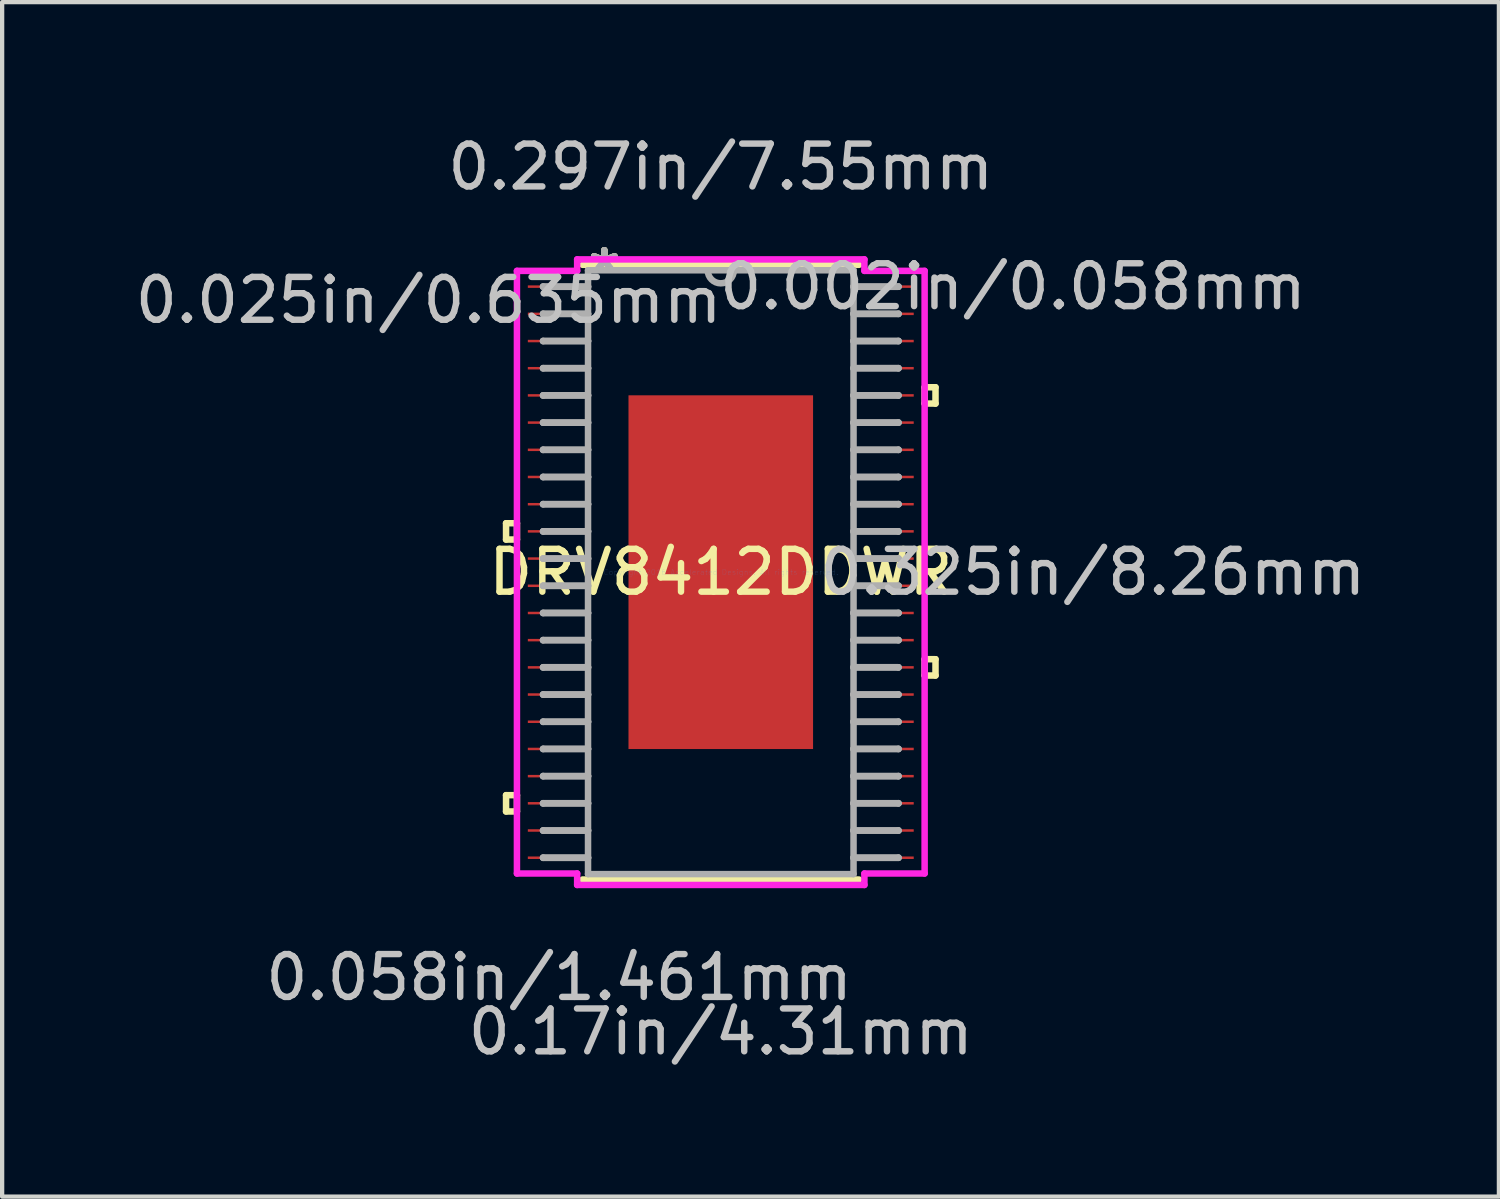
<source format=kicad_pcb>
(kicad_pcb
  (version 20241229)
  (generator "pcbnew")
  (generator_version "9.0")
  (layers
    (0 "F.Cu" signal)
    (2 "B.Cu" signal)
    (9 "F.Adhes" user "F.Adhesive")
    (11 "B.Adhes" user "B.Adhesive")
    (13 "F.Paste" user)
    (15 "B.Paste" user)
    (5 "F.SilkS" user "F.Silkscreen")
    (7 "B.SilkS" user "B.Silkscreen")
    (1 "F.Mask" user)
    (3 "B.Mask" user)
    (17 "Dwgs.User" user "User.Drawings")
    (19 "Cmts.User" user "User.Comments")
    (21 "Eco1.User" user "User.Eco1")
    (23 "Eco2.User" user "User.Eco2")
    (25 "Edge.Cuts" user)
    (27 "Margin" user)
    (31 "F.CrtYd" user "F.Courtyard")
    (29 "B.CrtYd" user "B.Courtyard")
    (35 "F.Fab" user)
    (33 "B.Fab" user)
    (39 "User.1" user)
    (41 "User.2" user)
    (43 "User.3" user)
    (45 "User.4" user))
  (footprint "DRV8412DDWR"
    (layer "F.Cu")
    (at 13.781 10.311)
    (property "Reference" "DRV8412DDWR" (at 0 0 0) (layer "F.SilkS") (effects (font (size 1 1) (thickness 0.15))))
    (attr through_hole)
    (fp_line (start -2.218 -4.193) (end -1.775 -4.193) (stroke (width 0.152) (type solid)) (layer "F.Mask"))
    (fp_line (start -2.218 -4.193) (end 2.218 -4.193) (stroke (width 0.152) (type solid)) (layer "F.Mask"))
    (fp_line (start -2.218 -3.743) (end -2.218 -4.193) (stroke (width 0.152) (type solid)) (layer "F.Mask"))
    (fp_line (start -2.218 -3.343) (end 2.218 -3.343) (stroke (width 0.152) (type solid)) (layer "F.Mask"))
    (fp_line (start -2.218 -2.956) (end -2.218 -3.343) (stroke (width 0.152) (type solid)) (layer "F.Mask"))
    (fp_line (start -2.218 -2.556) (end 2.218 -2.556) (stroke (width 0.152) (type solid)) (layer "F.Mask"))
    (fp_line (start -2.218 -2.168) (end -2.218 -2.556) (stroke (width 0.152) (type solid)) (layer "F.Mask"))
    (fp_line (start -2.218 -1.768) (end 2.218 -1.768) (stroke (width 0.152) (type solid)) (layer "F.Mask"))
    (fp_line (start -2.218 -1.381) (end -2.218 -1.768) (stroke (width 0.152) (type solid)) (layer "F.Mask"))
    (fp_line (start -2.218 -0.981) (end 2.218 -0.981) (stroke (width 0.152) (type solid)) (layer "F.Mask"))
    (fp_line (start -2.218 -0.594) (end -2.218 -0.981) (stroke (width 0.152) (type solid)) (layer "F.Mask"))
    (fp_line (start -2.218 -0.194) (end 2.218 -0.194) (stroke (width 0.152) (type solid)) (layer "F.Mask"))
    (fp_line (start -2.218 0.194) (end -2.218 -0.194) (stroke (width 0.152) (type solid)) (layer "F.Mask"))
    (fp_line (start -2.218 0.594) (end 2.218 0.594) (stroke (width 0.152) (type solid)) (layer "F.Mask"))
    (fp_line (start -2.218 0.981) (end -2.218 0.594) (stroke (width 0.152) (type solid)) (layer "F.Mask"))
    (fp_line (start -2.218 1.381) (end 2.218 1.381) (stroke (width 0.152) (type solid)) (layer "F.Mask"))
    (fp_line (start -2.218 1.768) (end -2.218 1.381) (stroke (width 0.152) (type solid)) (layer "F.Mask"))
    (fp_line (start -2.218 2.168) (end 2.218 2.168) (stroke (width 0.152) (type solid)) (layer "F.Mask"))
    (fp_line (start -2.218 2.556) (end -2.218 2.168) (stroke (width 0.152) (type solid)) (layer "F.Mask"))
    (fp_line (start -2.218 2.956) (end 2.218 2.956) (stroke (width 0.152) (type solid)) (layer "F.Mask"))
    (fp_line (start -2.218 3.343) (end -2.218 2.956) (stroke (width 0.152) (type solid)) (layer "F.Mask"))
    (fp_line (start -2.218 3.743) (end 2.218 3.743) (stroke (width 0.152) (type solid)) (layer "F.Mask"))
    (fp_line (start -2.218 4.193) (end -2.218 -4.193) (stroke (width 0.152) (type solid)) (layer "F.Mask"))
    (fp_line (start -2.218 4.193) (end -2.218 3.743) (stroke (width 0.152) (type solid)) (layer "F.Mask"))
    (fp_line (start -1.775 -4.193) (end -1.775 4.193) (stroke (width 0.152) (type solid)) (layer "F.Mask"))
    (fp_line (start -1.775 4.193) (end -2.218 4.193) (stroke (width 0.152) (type solid)) (layer "F.Mask"))
    (fp_line (start -1.375 -4.193) (end -1.375 4.193) (stroke (width 0.152) (type solid)) (layer "F.Mask"))
    (fp_line (start -1.375 4.193) (end -0.987 4.193) (stroke (width 0.152) (type solid)) (layer "F.Mask"))
    (fp_line (start -0.987 -4.193) (end -1.375 -4.193) (stroke (width 0.152) (type solid)) (layer "F.Mask"))
    (fp_line (start -0.987 4.193) (end -0.987 -4.193) (stroke (width 0.152) (type solid)) (layer "F.Mask"))
    (fp_line (start -0.587 -4.193) (end -0.587 4.193) (stroke (width 0.152) (type solid)) (layer "F.Mask"))
    (fp_line (start -0.587 4.193) (end -0.2 4.193) (stroke (width 0.152) (type solid)) (layer "F.Mask"))
    (fp_line (start -0.2 -4.193) (end -0.587 -4.193) (stroke (width 0.152) (type solid)) (layer "F.Mask"))
    (fp_line (start -0.2 4.193) (end -0.2 -4.193) (stroke (width 0.152) (type solid)) (layer "F.Mask"))
    (fp_line (start 0.2 -4.193) (end 0.2 4.193) (stroke (width 0.152) (type solid)) (layer "F.Mask"))
    (fp_line (start 0.2 4.193) (end 0.587 4.193) (stroke (width 0.152) (type solid)) (layer "F.Mask"))
    (fp_line (start 0.587 -4.193) (end 0.2 -4.193) (stroke (width 0.152) (type solid)) (layer "F.Mask"))
    (fp_line (start 0.587 4.193) (end 0.587 -4.193) (stroke (width 0.152) (type solid)) (layer "F.Mask"))
    (fp_line (start 0.987 -4.193) (end 0.987 4.193) (stroke (width 0.152) (type solid)) (layer "F.Mask"))
    (fp_line (start 0.987 4.193) (end 1.375 4.193) (stroke (width 0.152) (type solid)) (layer "F.Mask"))
    (fp_line (start 1.375 -4.193) (end 0.987 -4.193) (stroke (width 0.152) (type solid)) (layer "F.Mask"))
    (fp_line (start 1.375 4.193) (end 1.375 -4.193) (stroke (width 0.152) (type solid)) (layer "F.Mask"))
    (fp_line (start 1.775 -4.193) (end 2.218 -4.193) (stroke (width 0.152) (type solid)) (layer "F.Mask"))
    (fp_line (start 1.775 4.193) (end 1.775 -4.193) (stroke (width 0.152) (type solid)) (layer "F.Mask"))
    (fp_line (start 2.218 -4.193) (end 2.218 -3.743) (stroke (width 0.152) (type solid)) (layer "F.Mask"))
    (fp_line (start 2.218 -4.193) (end 2.218 4.193) (stroke (width 0.152) (type solid)) (layer "F.Mask"))
    (fp_line (start 2.218 -3.743) (end -2.218 -3.743) (stroke (width 0.152) (type solid)) (layer "F.Mask"))
    (fp_line (start 2.218 -3.343) (end 2.218 -2.956) (stroke (width 0.152) (type solid)) (layer "F.Mask"))
    (fp_line (start 2.218 -2.956) (end -2.218 -2.956) (stroke (width 0.152) (type solid)) (layer "F.Mask"))
    (fp_line (start 2.218 -2.556) (end 2.218 -2.168) (stroke (width 0.152) (type solid)) (layer "F.Mask"))
    (fp_line (start 2.218 -2.168) (end -2.218 -2.168) (stroke (width 0.152) (type solid)) (layer "F.Mask"))
    (fp_line (start 2.218 -1.768) (end 2.218 -1.381) (stroke (width 0.152) (type solid)) (layer "F.Mask"))
    (fp_line (start 2.218 -1.381) (end -2.218 -1.381) (stroke (width 0.152) (type solid)) (layer "F.Mask"))
    (fp_line (start 2.218 -0.981) (end 2.218 -0.594) (stroke (width 0.152) (type solid)) (layer "F.Mask"))
    (fp_line (start 2.218 -0.594) (end -2.218 -0.594) (stroke (width 0.152) (type solid)) (layer "F.Mask"))
    (fp_line (start 2.218 -0.194) (end 2.218 0.194) (stroke (width 0.152) (type solid)) (layer "F.Mask"))
    (fp_line (start 2.218 0.194) (end -2.218 0.194) (stroke (width 0.152) (type solid)) (layer "F.Mask"))
    (fp_line (start 2.218 0.594) (end 2.218 0.981) (stroke (width 0.152) (type solid)) (layer "F.Mask"))
    (fp_line (start 2.218 0.981) (end -2.218 0.981) (stroke (width 0.152) (type solid)) (layer "F.Mask"))
    (fp_line (start 2.218 1.381) (end 2.218 1.768) (stroke (width 0.152) (type solid)) (layer "F.Mask"))
    (fp_line (start 2.218 1.768) (end -2.218 1.768) (stroke (width 0.152) (type solid)) (layer "F.Mask"))
    (fp_line (start 2.218 2.168) (end 2.218 2.556) (stroke (width 0.152) (type solid)) (layer "F.Mask"))
    (fp_line (start 2.218 2.556) (end -2.218 2.556) (stroke (width 0.152) (type solid)) (layer "F.Mask"))
    (fp_line (start 2.218 2.956) (end 2.218 3.343) (stroke (width 0.152) (type solid)) (layer "F.Mask"))
    (fp_line (start 2.218 3.343) (end -2.218 3.343) (stroke (width 0.152) (type solid)) (layer "F.Mask"))
    (fp_line (start 2.218 3.743) (end 2.218 4.193) (stroke (width 0.152) (type solid)) (layer "F.Mask"))
    (fp_line (start 2.218 4.193) (end -2.218 4.193) (stroke (width 0.152) (type solid)) (layer "F.Mask"))
    (fp_line (start 2.218 4.193) (end 1.775 4.193) (stroke (width 0.152) (type solid)) (layer "F.Mask"))
    (fp_line (start -5.014 -1.143) (end -5.014 -0.762) (stroke (width 0.152) (type solid)) (layer "F.SilkS"))
    (fp_line (start -5.014 -0.762) (end -4.76 -0.762) (stroke (width 0.152) (type solid)) (layer "F.SilkS"))
    (fp_line (start -5.014 5.207) (end -5.014 5.588) (stroke (width 0.152) (type solid)) (layer "F.SilkS"))
    (fp_line (start -5.014 5.588) (end -4.76 5.588) (stroke (width 0.152) (type solid)) (layer "F.SilkS"))
    (fp_line (start -4.76 -1.143) (end -5.014 -1.143) (stroke (width 0.152) (type solid)) (layer "F.SilkS"))
    (fp_line (start -4.76 -0.762) (end -4.76 -1.143) (stroke (width 0.152) (type solid)) (layer "F.SilkS"))
    (fp_line (start -4.76 5.207) (end -5.014 5.207) (stroke (width 0.152) (type solid)) (layer "F.SilkS"))
    (fp_line (start -4.76 5.588) (end -4.76 5.207) (stroke (width 0.152) (type solid)) (layer "F.SilkS"))
    (fp_line (start -3.227 7.177) (end 3.227 7.177) (stroke (width 0.152) (type solid)) (layer "F.SilkS"))
    (fp_line (start 3.227 -7.177) (end -3.227 -7.177) (stroke (width 0.152) (type solid)) (layer "F.SilkS"))
    (fp_line (start 4.76 -4.318) (end 5.014 -4.318) (stroke (width 0.152) (type solid)) (layer "F.SilkS"))
    (fp_line (start 4.76 -3.937) (end 4.76 -4.318) (stroke (width 0.152) (type solid)) (layer "F.SilkS"))
    (fp_line (start 4.76 2.032) (end 5.014 2.032) (stroke (width 0.152) (type solid)) (layer "F.SilkS"))
    (fp_line (start 4.76 2.413) (end 4.76 2.032) (stroke (width 0.152) (type solid)) (layer "F.SilkS"))
    (fp_line (start 5.014 -4.318) (end 5.014 -3.937) (stroke (width 0.152) (type solid)) (layer "F.SilkS"))
    (fp_line (start 5.014 -3.937) (end 4.76 -3.937) (stroke (width 0.152) (type solid)) (layer "F.SilkS"))
    (fp_line (start 5.014 2.032) (end 5.014 2.413) (stroke (width 0.152) (type solid)) (layer "F.SilkS"))
    (fp_line (start 5.014 2.413) (end 4.76 2.413) (stroke (width 0.152) (type solid)) (layer "F.SilkS"))
    (fp_line (start -2.08 -4.055) (end -2.08 -3.643) (stroke (width 0.152) (type solid)) (layer "F.Paste"))
    (fp_line (start -2.08 -3.643) (end -1.816 -3.643) (stroke (width 0.152) (type solid)) (layer "F.Paste"))
    (fp_line (start -2.08 -3.443) (end -2.08 -2.856) (stroke (width 0.152) (type solid)) (layer "F.Paste"))
    (fp_line (start -2.08 -2.856) (end -1.816 -2.856) (stroke (width 0.152) (type solid)) (layer "F.Paste"))
    (fp_line (start -2.08 -2.656) (end -2.08 -2.068) (stroke (width 0.152) (type solid)) (layer "F.Paste"))
    (fp_line (start -2.08 -2.068) (end -1.816 -2.068) (stroke (width 0.152) (type solid)) (layer "F.Paste"))
    (fp_line (start -2.08 -1.869) (end -2.08 -1.281) (stroke (width 0.152) (type solid)) (layer "F.Paste"))
    (fp_line (start -2.08 -1.281) (end -1.816 -1.281) (stroke (width 0.152) (type solid)) (layer "F.Paste"))
    (fp_line (start -2.08 -1.081) (end -2.08 -0.494) (stroke (width 0.152) (type solid)) (layer "F.Paste"))
    (fp_line (start -2.08 -0.494) (end -1.816 -0.494) (stroke (width 0.152) (type solid)) (layer "F.Paste"))
    (fp_line (start -2.08 -0.294) (end -2.08 0.294) (stroke (width 0.152) (type solid)) (layer "F.Paste"))
    (fp_line (start -2.08 0.294) (end -1.816 0.294) (stroke (width 0.152) (type solid)) (layer "F.Paste"))
    (fp_line (start -2.08 0.494) (end -2.08 1.081) (stroke (width 0.152) (type solid)) (layer "F.Paste"))
    (fp_line (start -2.08 1.081) (end -1.816 1.081) (stroke (width 0.152) (type solid)) (layer "F.Paste"))
    (fp_line (start -2.08 1.281) (end -2.08 1.869) (stroke (width 0.152) (type solid)) (layer "F.Paste"))
    (fp_line (start -2.08 1.869) (end -1.816 1.869) (stroke (width 0.152) (type solid)) (layer "F.Paste"))
    (fp_line (start -2.08 2.068) (end -2.08 2.656) (stroke (width 0.152) (type solid)) (layer "F.Paste"))
    (fp_line (start -2.08 2.656) (end -1.816 2.656) (stroke (width 0.152) (type solid)) (layer "F.Paste"))
    (fp_line (start -2.08 2.856) (end -2.08 3.443) (stroke (width 0.152) (type solid)) (layer "F.Paste"))
    (fp_line (start -2.08 3.443) (end -1.816 3.443) (stroke (width 0.152) (type solid)) (layer "F.Paste"))
    (fp_line (start -2.08 3.643) (end -2.08 4.055) (stroke (width 0.152) (type solid)) (layer "F.Paste"))
    (fp_line (start -2.08 4.055) (end -1.675 4.055) (stroke (width 0.152) (type solid)) (layer "F.Paste"))
    (fp_line (start -1.816 -3.643) (end -1.816 -3.643) (stroke (width 0.152) (type solid)) (layer "F.Paste"))
    (fp_line (start -1.816 -3.643) (end -1.675 -3.785) (stroke (width 0.152) (type solid)) (layer "F.Paste"))
    (fp_line (start -1.816 -3.443) (end -2.08 -3.443) (stroke (width 0.152) (type solid)) (layer "F.Paste"))
    (fp_line (start -1.816 -3.443) (end -1.816 -3.443) (stroke (width 0.152) (type solid)) (layer "F.Paste"))
    (fp_line (start -1.816 -2.856) (end -1.816 -2.856) (stroke (width 0.152) (type solid)) (layer "F.Paste"))
    (fp_line (start -1.816 -2.856) (end -1.675 -2.997) (stroke (width 0.152) (type solid)) (layer "F.Paste"))
    (fp_line (start -1.816 -2.656) (end -2.08 -2.656) (stroke (width 0.152) (type solid)) (layer "F.Paste"))
    (fp_line (start -1.816 -2.656) (end -1.816 -2.656) (stroke (width 0.152) (type solid)) (layer "F.Paste"))
    (fp_line (start -1.816 -2.068) (end -1.816 -2.068) (stroke (width 0.152) (type solid)) (layer "F.Paste"))
    (fp_line (start -1.816 -2.068) (end -1.675 -2.21) (stroke (width 0.152) (type solid)) (layer "F.Paste"))
    (fp_line (start -1.816 -1.869) (end -2.08 -1.869) (stroke (width 0.152) (type solid)) (layer "F.Paste"))
    (fp_line (start -1.816 -1.869) (end -1.816 -1.869) (stroke (width 0.152) (type solid)) (layer "F.Paste"))
    (fp_line (start -1.816 -1.281) (end -1.816 -1.281) (stroke (width 0.152) (type solid)) (layer "F.Paste"))
    (fp_line (start -1.816 -1.281) (end -1.675 -1.423) (stroke (width 0.152) (type solid)) (layer "F.Paste"))
    (fp_line (start -1.816 -1.081) (end -2.08 -1.081) (stroke (width 0.152) (type solid)) (layer "F.Paste"))
    (fp_line (start -1.816 -1.081) (end -1.816 -1.081) (stroke (width 0.152) (type solid)) (layer "F.Paste"))
    (fp_line (start -1.816 -0.494) (end -1.816 -0.494) (stroke (width 0.152) (type solid)) (layer "F.Paste"))
    (fp_line (start -1.816 -0.494) (end -1.675 -0.635) (stroke (width 0.152) (type solid)) (layer "F.Paste"))
    (fp_line (start -1.816 -0.294) (end -2.08 -0.294) (stroke (width 0.152) (type solid)) (layer "F.Paste"))
    (fp_line (start -1.816 -0.294) (end -1.816 -0.294) (stroke (width 0.152) (type solid)) (layer "F.Paste"))
    (fp_line (start -1.816 0.294) (end -1.816 0.294) (stroke (width 0.152) (type solid)) (layer "F.Paste"))
    (fp_line (start -1.816 0.294) (end -1.675 0.152) (stroke (width 0.152) (type solid)) (layer "F.Paste"))
    (fp_line (start -1.816 0.494) (end -2.08 0.494) (stroke (width 0.152) (type solid)) (layer "F.Paste"))
    (fp_line (start -1.816 0.494) (end -1.816 0.494) (stroke (width 0.152) (type solid)) (layer "F.Paste"))
    (fp_line (start -1.816 1.081) (end -1.816 1.081) (stroke (width 0.152) (type solid)) (layer "F.Paste"))
    (fp_line (start -1.816 1.081) (end -1.675 0.94) (stroke (width 0.152) (type solid)) (layer "F.Paste"))
    (fp_line (start -1.816 1.281) (end -2.08 1.281) (stroke (width 0.152) (type solid)) (layer "F.Paste"))
    (fp_line (start -1.816 1.281) (end -1.816 1.281) (stroke (width 0.152) (type solid)) (layer "F.Paste"))
    (fp_line (start -1.816 1.869) (end -1.816 1.869) (stroke (width 0.152) (type solid)) (layer "F.Paste"))
    (fp_line (start -1.816 1.869) (end -1.675 1.727) (stroke (width 0.152) (type solid)) (layer "F.Paste"))
    (fp_line (start -1.816 2.068) (end -2.08 2.068) (stroke (width 0.152) (type solid)) (layer "F.Paste"))
    (fp_line (start -1.816 2.068) (end -1.816 2.068) (stroke (width 0.152) (type solid)) (layer "F.Paste"))
    (fp_line (start -1.816 2.656) (end -1.816 2.656) (stroke (width 0.152) (type solid)) (layer "F.Paste"))
    (fp_line (start -1.816 2.656) (end -1.675 2.514) (stroke (width 0.152) (type solid)) (layer "F.Paste"))
    (fp_line (start -1.816 2.856) (end -2.08 2.856) (stroke (width 0.152) (type solid)) (layer "F.Paste"))
    (fp_line (start -1.816 2.856) (end -1.816 2.856) (stroke (width 0.152) (type solid)) (layer "F.Paste"))
    (fp_line (start -1.816 3.443) (end -1.816 3.443) (stroke (width 0.152) (type solid)) (layer "F.Paste"))
    (fp_line (start -1.816 3.443) (end -1.675 3.302) (stroke (width 0.152) (type solid)) (layer "F.Paste"))
    (fp_line (start -1.816 3.643) (end -2.08 3.643) (stroke (width 0.152) (type solid)) (layer "F.Paste"))
    (fp_line (start -1.816 3.643) (end -1.816 3.643) (stroke (width 0.152) (type solid)) (layer "F.Paste"))
    (fp_line (start -1.675 -4.055) (end -2.08 -4.055) (stroke (width 0.152) (type solid)) (layer "F.Paste"))
    (fp_line (start -1.675 -3.785) (end -1.675 -4.055) (stroke (width 0.152) (type solid)) (layer "F.Paste"))
    (fp_line (start -1.675 -3.785) (end -1.675 -3.785) (stroke (width 0.152) (type solid)) (layer "F.Paste"))
    (fp_line (start -1.675 -3.302) (end -1.816 -3.443) (stroke (width 0.152) (type solid)) (layer "F.Paste"))
    (fp_line (start -1.675 -3.302) (end -1.675 -3.302) (stroke (width 0.152) (type solid)) (layer "F.Paste"))
    (fp_line (start -1.675 -2.997) (end -1.675 -3.302) (stroke (width 0.152) (type solid)) (layer "F.Paste"))
    (fp_line (start -1.675 -2.997) (end -1.675 -2.997) (stroke (width 0.152) (type solid)) (layer "F.Paste"))
    (fp_line (start -1.675 -2.514) (end -1.816 -2.656) (stroke (width 0.152) (type solid)) (layer "F.Paste"))
    (fp_line (start -1.675 -2.514) (end -1.675 -2.514) (stroke (width 0.152) (type solid)) (layer "F.Paste"))
    (fp_line (start -1.675 -2.21) (end -1.675 -2.514) (stroke (width 0.152) (type solid)) (layer "F.Paste"))
    (fp_line (start -1.675 -2.21) (end -1.675 -2.21) (stroke (width 0.152) (type solid)) (layer "F.Paste"))
    (fp_line (start -1.675 -1.727) (end -1.816 -1.869) (stroke (width 0.152) (type solid)) (layer "F.Paste"))
    (fp_line (start -1.675 -1.727) (end -1.675 -1.727) (stroke (width 0.152) (type solid)) (layer "F.Paste"))
    (fp_line (start -1.675 -1.423) (end -1.675 -1.727) (stroke (width 0.152) (type solid)) (layer "F.Paste"))
    (fp_line (start -1.675 -1.423) (end -1.675 -1.423) (stroke (width 0.152) (type solid)) (layer "F.Paste"))
    (fp_line (start -1.675 -0.94) (end -1.816 -1.081) (stroke (width 0.152) (type solid)) (layer "F.Paste"))
    (fp_line (start -1.675 -0.94) (end -1.675 -0.94) (stroke (width 0.152) (type solid)) (layer "F.Paste"))
    (fp_line (start -1.675 -0.635) (end -1.675 -0.94) (stroke (width 0.152) (type solid)) (layer "F.Paste"))
    (fp_line (start -1.675 -0.635) (end -1.675 -0.635) (stroke (width 0.152) (type solid)) (layer "F.Paste"))
    (fp_line (start -1.675 -0.152) (end -1.816 -0.294) (stroke (width 0.152) (type solid)) (layer "F.Paste"))
    (fp_line (start -1.675 -0.152) (end -1.675 -0.152) (stroke (width 0.152) (type solid)) (layer "F.Paste"))
    (fp_line (start -1.675 0.152) (end -1.675 -0.152) (stroke (width 0.152) (type solid)) (layer "F.Paste"))
    (fp_line (start -1.675 0.152) (end -1.675 0.152) (stroke (width 0.152) (type solid)) (layer "F.Paste"))
    (fp_line (start -1.675 0.635) (end -1.816 0.494) (stroke (width 0.152) (type solid)) (layer "F.Paste"))
    (fp_line (start -1.675 0.635) (end -1.675 0.635) (stroke (width 0.152) (type solid)) (layer "F.Paste"))
    (fp_line (start -1.675 0.94) (end -1.675 0.635) (stroke (width 0.152) (type solid)) (layer "F.Paste"))
    (fp_line (start -1.675 0.94) (end -1.675 0.94) (stroke (width 0.152) (type solid)) (layer "F.Paste"))
    (fp_line (start -1.675 1.423) (end -1.816 1.281) (stroke (width 0.152) (type solid)) (layer "F.Paste"))
    (fp_line (start -1.675 1.423) (end -1.675 1.423) (stroke (width 0.152) (type solid)) (layer "F.Paste"))
    (fp_line (start -1.675 1.727) (end -1.675 1.423) (stroke (width 0.152) (type solid)) (layer "F.Paste"))
    (fp_line (start -1.675 1.727) (end -1.675 1.727) (stroke (width 0.152) (type solid)) (layer "F.Paste"))
    (fp_line (start -1.675 2.21) (end -1.816 2.068) (stroke (width 0.152) (type solid)) (layer "F.Paste"))
    (fp_line (start -1.675 2.21) (end -1.675 2.21) (stroke (width 0.152) (type solid)) (layer "F.Paste"))
    (fp_line (start -1.675 2.514) (end -1.675 2.21) (stroke (width 0.152) (type solid)) (layer "F.Paste"))
    (fp_line (start -1.675 2.514) (end -1.675 2.514) (stroke (width 0.152) (type solid)) (layer "F.Paste"))
    (fp_line (start -1.675 2.997) (end -1.816 2.856) (stroke (width 0.152) (type solid)) (layer "F.Paste"))
    (fp_line (start -1.675 2.997) (end -1.675 2.997) (stroke (width 0.152) (type solid)) (layer "F.Paste"))
    (fp_line (start -1.675 3.302) (end -1.675 2.997) (stroke (width 0.152) (type solid)) (layer "F.Paste"))
    (fp_line (start -1.675 3.302) (end -1.675 3.302) (stroke (width 0.152) (type solid)) (layer "F.Paste"))
    (fp_line (start -1.675 3.785) (end -1.816 3.643) (stroke (width 0.152) (type solid)) (layer "F.Paste"))
    (fp_line (start -1.675 3.785) (end -1.675 3.785) (stroke (width 0.152) (type solid)) (layer "F.Paste"))
    (fp_line (start -1.675 4.055) (end -1.675 3.785) (stroke (width 0.152) (type solid)) (layer "F.Paste"))
    (fp_line (start -1.475 -4.055) (end -1.475 -3.785) (stroke (width 0.152) (type solid)) (layer "F.Paste"))
    (fp_line (start -1.475 -3.785) (end -1.475 -3.785) (stroke (width 0.152) (type solid)) (layer "F.Paste"))
    (fp_line (start -1.475 -3.785) (end -1.333 -3.643) (stroke (width 0.152) (type solid)) (layer "F.Paste"))
    (fp_line (start -1.475 -3.302) (end -1.475 -3.302) (stroke (width 0.152) (type solid)) (layer "F.Paste"))
    (fp_line (start -1.475 -3.302) (end -1.475 -2.997) (stroke (width 0.152) (type solid)) (layer "F.Paste"))
    (fp_line (start -1.475 -2.997) (end -1.475 -2.997) (stroke (width 0.152) (type solid)) (layer "F.Paste"))
    (fp_line (start -1.475 -2.997) (end -1.333 -2.856) (stroke (width 0.152) (type solid)) (layer "F.Paste"))
    (fp_line (start -1.475 -2.514) (end -1.475 -2.514) (stroke (width 0.152) (type solid)) (layer "F.Paste"))
    (fp_line (start -1.475 -2.514) (end -1.475 -2.21) (stroke (width 0.152) (type solid)) (layer "F.Paste"))
    (fp_line (start -1.475 -2.21) (end -1.475 -2.21) (stroke (width 0.152) (type solid)) (layer "F.Paste"))
    (fp_line (start -1.475 -2.21) (end -1.333 -2.068) (stroke (width 0.152) (type solid)) (layer "F.Paste"))
    (fp_line (start -1.475 -1.727) (end -1.475 -1.727) (stroke (width 0.152) (type solid)) (layer "F.Paste"))
    (fp_line (start -1.475 -1.727) (end -1.475 -1.423) (stroke (width 0.152) (type solid)) (layer "F.Paste"))
    (fp_line (start -1.475 -1.423) (end -1.475 -1.423) (stroke (width 0.152) (type solid)) (layer "F.Paste"))
    (fp_line (start -1.475 -1.423) (end -1.333 -1.281) (stroke (width 0.152) (type solid)) (layer "F.Paste"))
    (fp_line (start -1.475 -0.94) (end -1.475 -0.94) (stroke (width 0.152) (type solid)) (layer "F.Paste"))
    (fp_line (start -1.475 -0.94) (end -1.475 -0.635) (stroke (width 0.152) (type solid)) (layer "F.Paste"))
    (fp_line (start -1.475 -0.635) (end -1.475 -0.635) (stroke (width 0.152) (type solid)) (layer "F.Paste"))
    (fp_line (start -1.475 -0.635) (end -1.333 -0.494) (stroke (width 0.152) (type solid)) (layer "F.Paste"))
    (fp_line (start -1.475 -0.152) (end -1.475 -0.152) (stroke (width 0.152) (type solid)) (layer "F.Paste"))
    (fp_line (start -1.475 -0.152) (end -1.475 0.152) (stroke (width 0.152) (type solid)) (layer "F.Paste"))
    (fp_line (start -1.475 0.152) (end -1.475 0.152) (stroke (width 0.152) (type solid)) (layer "F.Paste"))
    (fp_line (start -1.475 0.152) (end -1.333 0.294) (stroke (width 0.152) (type solid)) (layer "F.Paste"))
    (fp_line (start -1.475 0.635) (end -1.475 0.635) (stroke (width 0.152) (type solid)) (layer "F.Paste"))
    (fp_line (start -1.475 0.635) (end -1.475 0.94) (stroke (width 0.152) (type solid)) (layer "F.Paste"))
    (fp_line (start -1.475 0.94) (end -1.475 0.94) (stroke (width 0.152) (type solid)) (layer "F.Paste"))
    (fp_line (start -1.475 0.94) (end -1.333 1.081) (stroke (width 0.152) (type solid)) (layer "F.Paste"))
    (fp_line (start -1.475 1.423) (end -1.475 1.423) (stroke (width 0.152) (type solid)) (layer "F.Paste"))
    (fp_line (start -1.475 1.423) (end -1.475 1.727) (stroke (width 0.152) (type solid)) (layer "F.Paste"))
    (fp_line (start -1.475 1.727) (end -1.475 1.727) (stroke (width 0.152) (type solid)) (layer "F.Paste"))
    (fp_line (start -1.475 1.727) (end -1.333 1.869) (stroke (width 0.152) (type solid)) (layer "F.Paste"))
    (fp_line (start -1.475 2.21) (end -1.475 2.21) (stroke (width 0.152) (type solid)) (layer "F.Paste"))
    (fp_line (start -1.475 2.21) (end -1.475 2.514) (stroke (width 0.152) (type solid)) (layer "F.Paste"))
    (fp_line (start -1.475 2.514) (end -1.475 2.514) (stroke (width 0.152) (type solid)) (layer "F.Paste"))
    (fp_line (start -1.475 2.514) (end -1.333 2.656) (stroke (width 0.152) (type solid)) (layer "F.Paste"))
    (fp_line (start -1.475 2.997) (end -1.475 2.997) (stroke (width 0.152) (type solid)) (layer "F.Paste"))
    (fp_line (start -1.475 2.997) (end -1.475 3.302) (stroke (width 0.152) (type solid)) (layer "F.Paste"))
    (fp_line (start -1.475 3.302) (end -1.475 3.302) (stroke (width 0.152) (type solid)) (layer "F.Paste"))
    (fp_line (start -1.475 3.302) (end -1.333 3.443) (stroke (width 0.152) (type solid)) (layer "F.Paste"))
    (fp_line (start -1.475 3.785) (end -1.475 3.785) (stroke (width 0.152) (type solid)) (layer "F.Paste"))
    (fp_line (start -1.475 3.785) (end -1.475 4.055) (stroke (width 0.152) (type solid)) (layer "F.Paste"))
    (fp_line (start -1.475 4.055) (end -0.887 4.055) (stroke (width 0.152) (type solid)) (layer "F.Paste"))
    (fp_line (start -1.333 -3.643) (end -1.333 -3.643) (stroke (width 0.152) (type solid)) (layer "F.Paste"))
    (fp_line (start -1.333 -3.643) (end -1.029 -3.643) (stroke (width 0.152) (type solid)) (layer "F.Paste"))
    (fp_line (start -1.333 -3.443) (end -1.475 -3.302) (stroke (width 0.152) (type solid)) (layer "F.Paste"))
    (fp_line (start -1.333 -3.443) (end -1.333 -3.443) (stroke (width 0.152) (type solid)) (layer "F.Paste"))
    (fp_line (start -1.333 -2.856) (end -1.333 -2.856) (stroke (width 0.152) (type solid)) (layer "F.Paste"))
    (fp_line (start -1.333 -2.856) (end -1.029 -2.856) (stroke (width 0.152) (type solid)) (layer "F.Paste"))
    (fp_line (start -1.333 -2.656) (end -1.475 -2.514) (stroke (width 0.152) (type solid)) (layer "F.Paste"))
    (fp_line (start -1.333 -2.656) (end -1.333 -2.656) (stroke (width 0.152) (type solid)) (layer "F.Paste"))
    (fp_line (start -1.333 -2.068) (end -1.333 -2.068) (stroke (width 0.152) (type solid)) (layer "F.Paste"))
    (fp_line (start -1.333 -2.068) (end -1.029 -2.068) (stroke (width 0.152) (type solid)) (layer "F.Paste"))
    (fp_line (start -1.333 -1.869) (end -1.475 -1.727) (stroke (width 0.152) (type solid)) (layer "F.Paste"))
    (fp_line (start -1.333 -1.869) (end -1.333 -1.869) (stroke (width 0.152) (type solid)) (layer "F.Paste"))
    (fp_line (start -1.333 -1.281) (end -1.333 -1.281) (stroke (width 0.152) (type solid)) (layer "F.Paste"))
    (fp_line (start -1.333 -1.281) (end -1.029 -1.281) (stroke (width 0.152) (type solid)) (layer "F.Paste"))
    (fp_line (start -1.333 -1.081) (end -1.475 -0.94) (stroke (width 0.152) (type solid)) (layer "F.Paste"))
    (fp_line (start -1.333 -1.081) (end -1.333 -1.081) (stroke (width 0.152) (type solid)) (layer "F.Paste"))
    (fp_line (start -1.333 -0.494) (end -1.333 -0.494) (stroke (width 0.152) (type solid)) (layer "F.Paste"))
    (fp_line (start -1.333 -0.494) (end -1.029 -0.494) (stroke (width 0.152) (type solid)) (layer "F.Paste"))
    (fp_line (start -1.333 -0.294) (end -1.475 -0.152) (stroke (width 0.152) (type solid)) (layer "F.Paste"))
    (fp_line (start -1.333 -0.294) (end -1.333 -0.294) (stroke (width 0.152) (type solid)) (layer "F.Paste"))
    (fp_line (start -1.333 0.294) (end -1.333 0.294) (stroke (width 0.152) (type solid)) (layer "F.Paste"))
    (fp_line (start -1.333 0.294) (end -1.029 0.294) (stroke (width 0.152) (type solid)) (layer "F.Paste"))
    (fp_line (start -1.333 0.494) (end -1.475 0.635) (stroke (width 0.152) (type solid)) (layer "F.Paste"))
    (fp_line (start -1.333 0.494) (end -1.333 0.494) (stroke (width 0.152) (type solid)) (layer "F.Paste"))
    (fp_line (start -1.333 1.081) (end -1.333 1.081) (stroke (width 0.152) (type solid)) (layer "F.Paste"))
    (fp_line (start -1.333 1.081) (end -1.029 1.081) (stroke (width 0.152) (type solid)) (layer "F.Paste"))
    (fp_line (start -1.333 1.281) (end -1.475 1.423) (stroke (width 0.152) (type solid)) (layer "F.Paste"))
    (fp_line (start -1.333 1.281) (end -1.333 1.281) (stroke (width 0.152) (type solid)) (layer "F.Paste"))
    (fp_line (start -1.333 1.869) (end -1.333 1.869) (stroke (width 0.152) (type solid)) (layer "F.Paste"))
    (fp_line (start -1.333 1.869) (end -1.029 1.869) (stroke (width 0.152) (type solid)) (layer "F.Paste"))
    (fp_line (start -1.333 2.068) (end -1.475 2.21) (stroke (width 0.152) (type solid)) (layer "F.Paste"))
    (fp_line (start -1.333 2.068) (end -1.333 2.068) (stroke (width 0.152) (type solid)) (layer "F.Paste"))
    (fp_line (start -1.333 2.656) (end -1.333 2.656) (stroke (width 0.152) (type solid)) (layer "F.Paste"))
    (fp_line (start -1.333 2.656) (end -1.029 2.656) (stroke (width 0.152) (type solid)) (layer "F.Paste"))
    (fp_line (start -1.333 2.856) (end -1.475 2.997) (stroke (width 0.152) (type solid)) (layer "F.Paste"))
    (fp_line (start -1.333 2.856) (end -1.333 2.856) (stroke (width 0.152) (type solid)) (layer "F.Paste"))
    (fp_line (start -1.333 3.443) (end -1.333 3.443) (stroke (width 0.152) (type solid)) (layer "F.Paste"))
    (fp_line (start -1.333 3.443) (end -1.029 3.443) (stroke (width 0.152) (type solid)) (layer "F.Paste"))
    (fp_line (start -1.333 3.643) (end -1.475 3.785) (stroke (width 0.152) (type solid)) (layer "F.Paste"))
    (fp_line (start -1.333 3.643) (end -1.333 3.643) (stroke (width 0.152) (type solid)) (layer "F.Paste"))
    (fp_line (start -1.029 -3.643) (end -1.029 -3.643) (stroke (width 0.152) (type solid)) (layer "F.Paste"))
    (fp_line (start -1.029 -3.643) (end -0.887 -3.785) (stroke (width 0.152) (type solid)) (layer "F.Paste"))
    (fp_line (start -1.029 -3.443) (end -1.333 -3.443) (stroke (width 0.152) (type solid)) (layer "F.Paste"))
    (fp_line (start -1.029 -3.443) (end -1.029 -3.443) (stroke (width 0.152) (type solid)) (layer "F.Paste"))
    (fp_line (start -1.029 -2.856) (end -1.029 -2.856) (stroke (width 0.152) (type solid)) (layer "F.Paste"))
    (fp_line (start -1.029 -2.856) (end -0.887 -2.997) (stroke (width 0.152) (type solid)) (layer "F.Paste"))
    (fp_line (start -1.029 -2.656) (end -1.333 -2.656) (stroke (width 0.152) (type solid)) (layer "F.Paste"))
    (fp_line (start -1.029 -2.656) (end -1.029 -2.656) (stroke (width 0.152) (type solid)) (layer "F.Paste"))
    (fp_line (start -1.029 -2.068) (end -1.029 -2.068) (stroke (width 0.152) (type solid)) (layer "F.Paste"))
    (fp_line (start -1.029 -2.068) (end -0.887 -2.21) (stroke (width 0.152) (type solid)) (layer "F.Paste"))
    (fp_line (start -1.029 -1.869) (end -1.333 -1.869) (stroke (width 0.152) (type solid)) (layer "F.Paste"))
    (fp_line (start -1.029 -1.869) (end -1.029 -1.869) (stroke (width 0.152) (type solid)) (layer "F.Paste"))
    (fp_line (start -1.029 -1.281) (end -1.029 -1.281) (stroke (width 0.152) (type solid)) (layer "F.Paste"))
    (fp_line (start -1.029 -1.281) (end -0.887 -1.423) (stroke (width 0.152) (type solid)) (layer "F.Paste"))
    (fp_line (start -1.029 -1.081) (end -1.333 -1.081) (stroke (width 0.152) (type solid)) (layer "F.Paste"))
    (fp_line (start -1.029 -1.081) (end -1.029 -1.081) (stroke (width 0.152) (type solid)) (layer "F.Paste"))
    (fp_line (start -1.029 -0.494) (end -1.029 -0.494) (stroke (width 0.152) (type solid)) (layer "F.Paste"))
    (fp_line (start -1.029 -0.494) (end -0.887 -0.635) (stroke (width 0.152) (type solid)) (layer "F.Paste"))
    (fp_line (start -1.029 -0.294) (end -1.333 -0.294) (stroke (width 0.152) (type solid)) (layer "F.Paste"))
    (fp_line (start -1.029 -0.294) (end -1.029 -0.294) (stroke (width 0.152) (type solid)) (layer "F.Paste"))
    (fp_line (start -1.029 0.294) (end -1.029 0.294) (stroke (width 0.152) (type solid)) (layer "F.Paste"))
    (fp_line (start -1.029 0.294) (end -0.887 0.152) (stroke (width 0.152) (type solid)) (layer "F.Paste"))
    (fp_line (start -1.029 0.494) (end -1.333 0.494) (stroke (width 0.152) (type solid)) (layer "F.Paste"))
    (fp_line (start -1.029 0.494) (end -1.029 0.494) (stroke (width 0.152) (type solid)) (layer "F.Paste"))
    (fp_line (start -1.029 1.081) (end -1.029 1.081) (stroke (width 0.152) (type solid)) (layer "F.Paste"))
    (fp_line (start -1.029 1.081) (end -0.887 0.94) (stroke (width 0.152) (type solid)) (layer "F.Paste"))
    (fp_line (start -1.029 1.281) (end -1.333 1.281) (stroke (width 0.152) (type solid)) (layer "F.Paste"))
    (fp_line (start -1.029 1.281) (end -1.029 1.281) (stroke (width 0.152) (type solid)) (layer "F.Paste"))
    (fp_line (start -1.029 1.869) (end -1.029 1.869) (stroke (width 0.152) (type solid)) (layer "F.Paste"))
    (fp_line (start -1.029 1.869) (end -0.887 1.727) (stroke (width 0.152) (type solid)) (layer "F.Paste"))
    (fp_line (start -1.029 2.068) (end -1.333 2.068) (stroke (width 0.152) (type solid)) (layer "F.Paste"))
    (fp_line (start -1.029 2.068) (end -1.029 2.068) (stroke (width 0.152) (type solid)) (layer "F.Paste"))
    (fp_line (start -1.029 2.656) (end -1.029 2.656) (stroke (width 0.152) (type solid)) (layer "F.Paste"))
    (fp_line (start -1.029 2.656) (end -0.887 2.514) (stroke (width 0.152) (type solid)) (layer "F.Paste"))
    (fp_line (start -1.029 2.856) (end -1.333 2.856) (stroke (width 0.152) (type solid)) (layer "F.Paste"))
    (fp_line (start -1.029 2.856) (end -1.029 2.856) (stroke (width 0.152) (type solid)) (layer "F.Paste"))
    (fp_line (start -1.029 3.443) (end -1.029 3.443) (stroke (width 0.152) (type solid)) (layer "F.Paste"))
    (fp_line (start -1.029 3.443) (end -0.887 3.302) (stroke (width 0.152) (type solid)) (layer "F.Paste"))
    (fp_line (start -1.029 3.643) (end -1.333 3.643) (stroke (width 0.152) (type solid)) (layer "F.Paste"))
    (fp_line (start -1.029 3.643) (end -1.029 3.643) (stroke (width 0.152) (type solid)) (layer "F.Paste"))
    (fp_line (start -0.887 -4.055) (end -1.475 -4.055) (stroke (width 0.152) (type solid)) (layer "F.Paste"))
    (fp_line (start -0.887 -3.785) (end -0.887 -4.055) (stroke (width 0.152) (type solid)) (layer "F.Paste"))
    (fp_line (start -0.887 -3.785) (end -0.887 -3.785) (stroke (width 0.152) (type solid)) (layer "F.Paste"))
    (fp_line (start -0.887 -3.302) (end -1.029 -3.443) (stroke (width 0.152) (type solid)) (layer "F.Paste"))
    (fp_line (start -0.887 -3.302) (end -0.887 -3.302) (stroke (width 0.152) (type solid)) (layer "F.Paste"))
    (fp_line (start -0.887 -2.997) (end -0.887 -3.302) (stroke (width 0.152) (type solid)) (layer "F.Paste"))
    (fp_line (start -0.887 -2.997) (end -0.887 -2.997) (stroke (width 0.152) (type solid)) (layer "F.Paste"))
    (fp_line (start -0.887 -2.514) (end -1.029 -2.656) (stroke (width 0.152) (type solid)) (layer "F.Paste"))
    (fp_line (start -0.887 -2.514) (end -0.887 -2.514) (stroke (width 0.152) (type solid)) (layer "F.Paste"))
    (fp_line (start -0.887 -2.21) (end -0.887 -2.514) (stroke (width 0.152) (type solid)) (layer "F.Paste"))
    (fp_line (start -0.887 -2.21) (end -0.887 -2.21) (stroke (width 0.152) (type solid)) (layer "F.Paste"))
    (fp_line (start -0.887 -1.727) (end -1.029 -1.869) (stroke (width 0.152) (type solid)) (layer "F.Paste"))
    (fp_line (start -0.887 -1.727) (end -0.887 -1.727) (stroke (width 0.152) (type solid)) (layer "F.Paste"))
    (fp_line (start -0.887 -1.423) (end -0.887 -1.727) (stroke (width 0.152) (type solid)) (layer "F.Paste"))
    (fp_line (start -0.887 -1.423) (end -0.887 -1.423) (stroke (width 0.152) (type solid)) (layer "F.Paste"))
    (fp_line (start -0.887 -0.94) (end -1.029 -1.081) (stroke (width 0.152) (type solid)) (layer "F.Paste"))
    (fp_line (start -0.887 -0.94) (end -0.887 -0.94) (stroke (width 0.152) (type solid)) (layer "F.Paste"))
    (fp_line (start -0.887 -0.635) (end -0.887 -0.94) (stroke (width 0.152) (type solid)) (layer "F.Paste"))
    (fp_line (start -0.887 -0.635) (end -0.887 -0.635) (stroke (width 0.152) (type solid)) (layer "F.Paste"))
    (fp_line (start -0.887 -0.152) (end -1.029 -0.294) (stroke (width 0.152) (type solid)) (layer "F.Paste"))
    (fp_line (start -0.887 -0.152) (end -0.887 -0.152) (stroke (width 0.152) (type solid)) (layer "F.Paste"))
    (fp_line (start -0.887 0.152) (end -0.887 -0.152) (stroke (width 0.152) (type solid)) (layer "F.Paste"))
    (fp_line (start -0.887 0.152) (end -0.887 0.152) (stroke (width 0.152) (type solid)) (layer "F.Paste"))
    (fp_line (start -0.887 0.635) (end -1.029 0.494) (stroke (width 0.152) (type solid)) (layer "F.Paste"))
    (fp_line (start -0.887 0.635) (end -0.887 0.635) (stroke (width 0.152) (type solid)) (layer "F.Paste"))
    (fp_line (start -0.887 0.94) (end -0.887 0.635) (stroke (width 0.152) (type solid)) (layer "F.Paste"))
    (fp_line (start -0.887 0.94) (end -0.887 0.94) (stroke (width 0.152) (type solid)) (layer "F.Paste"))
    (fp_line (start -0.887 1.423) (end -1.029 1.281) (stroke (width 0.152) (type solid)) (layer "F.Paste"))
    (fp_line (start -0.887 1.423) (end -0.887 1.423) (stroke (width 0.152) (type solid)) (layer "F.Paste"))
    (fp_line (start -0.887 1.727) (end -0.887 1.423) (stroke (width 0.152) (type solid)) (layer "F.Paste"))
    (fp_line (start -0.887 1.727) (end -0.887 1.727) (stroke (width 0.152) (type solid)) (layer "F.Paste"))
    (fp_line (start -0.887 2.21) (end -1.029 2.068) (stroke (width 0.152) (type solid)) (layer "F.Paste"))
    (fp_line (start -0.887 2.21) (end -0.887 2.21) (stroke (width 0.152) (type solid)) (layer "F.Paste"))
    (fp_line (start -0.887 2.514) (end -0.887 2.21) (stroke (width 0.152) (type solid)) (layer "F.Paste"))
    (fp_line (start -0.887 2.514) (end -0.887 2.514) (stroke (width 0.152) (type solid)) (layer "F.Paste"))
    (fp_line (start -0.887 2.997) (end -1.029 2.856) (stroke (width 0.152) (type solid)) (layer "F.Paste"))
    (fp_line (start -0.887 2.997) (end -0.887 2.997) (stroke (width 0.152) (type solid)) (layer "F.Paste"))
    (fp_line (start -0.887 3.302) (end -0.887 2.997) (stroke (width 0.152) (type solid)) (layer "F.Paste"))
    (fp_line (start -0.887 3.302) (end -0.887 3.302) (stroke (width 0.152) (type solid)) (layer "F.Paste"))
    (fp_line (start -0.887 3.785) (end -1.029 3.643) (stroke (width 0.152) (type solid)) (layer "F.Paste"))
    (fp_line (start -0.887 3.785) (end -0.887 3.785) (stroke (width 0.152) (type solid)) (layer "F.Paste"))
    (fp_line (start -0.887 4.055) (end -0.887 3.785) (stroke (width 0.152) (type solid)) (layer "F.Paste"))
    (fp_line (start -0.687 -4.055) (end -0.687 -3.785) (stroke (width 0.152) (type solid)) (layer "F.Paste"))
    (fp_line (start -0.687 -3.785) (end -0.687 -3.785) (stroke (width 0.152) (type solid)) (layer "F.Paste"))
    (fp_line (start -0.687 -3.785) (end -0.546 -3.643) (stroke (width 0.152) (type solid)) (layer "F.Paste"))
    (fp_line (start -0.687 -3.302) (end -0.687 -3.302) (stroke (width 0.152) (type solid)) (layer "F.Paste"))
    (fp_line (start -0.687 -3.302) (end -0.687 -2.997) (stroke (width 0.152) (type solid)) (layer "F.Paste"))
    (fp_line (start -0.687 -2.997) (end -0.687 -2.997) (stroke (width 0.152) (type solid)) (layer "F.Paste"))
    (fp_line (start -0.687 -2.997) (end -0.546 -2.856) (stroke (width 0.152) (type solid)) (layer "F.Paste"))
    (fp_line (start -0.687 -2.514) (end -0.687 -2.514) (stroke (width 0.152) (type solid)) (layer "F.Paste"))
    (fp_line (start -0.687 -2.514) (end -0.687 -2.21) (stroke (width 0.152) (type solid)) (layer "F.Paste"))
    (fp_line (start -0.687 -2.21) (end -0.687 -2.21) (stroke (width 0.152) (type solid)) (layer "F.Paste"))
    (fp_line (start -0.687 -2.21) (end -0.546 -2.068) (stroke (width 0.152) (type solid)) (layer "F.Paste"))
    (fp_line (start -0.687 -1.727) (end -0.687 -1.727) (stroke (width 0.152) (type solid)) (layer "F.Paste"))
    (fp_line (start -0.687 -1.727) (end -0.687 -1.423) (stroke (width 0.152) (type solid)) (layer "F.Paste"))
    (fp_line (start -0.687 -1.423) (end -0.687 -1.423) (stroke (width 0.152) (type solid)) (layer "F.Paste"))
    (fp_line (start -0.687 -1.423) (end -0.546 -1.281) (stroke (width 0.152) (type solid)) (layer "F.Paste"))
    (fp_line (start -0.687 -0.94) (end -0.687 -0.94) (stroke (width 0.152) (type solid)) (layer "F.Paste"))
    (fp_line (start -0.687 -0.94) (end -0.687 -0.635) (stroke (width 0.152) (type solid)) (layer "F.Paste"))
    (fp_line (start -0.687 -0.635) (end -0.687 -0.635) (stroke (width 0.152) (type solid)) (layer "F.Paste"))
    (fp_line (start -0.687 -0.635) (end -0.546 -0.494) (stroke (width 0.152) (type solid)) (layer "F.Paste"))
    (fp_line (start -0.687 -0.152) (end -0.687 -0.152) (stroke (width 0.152) (type solid)) (layer "F.Paste"))
    (fp_line (start -0.687 -0.152) (end -0.687 0.152) (stroke (width 0.152) (type solid)) (layer "F.Paste"))
    (fp_line (start -0.687 0.152) (end -0.687 0.152) (stroke (width 0.152) (type solid)) (layer "F.Paste"))
    (fp_line (start -0.687 0.152) (end -0.546 0.294) (stroke (width 0.152) (type solid)) (layer "F.Paste"))
    (fp_line (start -0.687 0.635) (end -0.687 0.635) (stroke (width 0.152) (type solid)) (layer "F.Paste"))
    (fp_line (start -0.687 0.635) (end -0.687 0.94) (stroke (width 0.152) (type solid)) (layer "F.Paste"))
    (fp_line (start -0.687 0.94) (end -0.687 0.94) (stroke (width 0.152) (type solid)) (layer "F.Paste"))
    (fp_line (start -0.687 0.94) (end -0.546 1.081) (stroke (width 0.152) (type solid)) (layer "F.Paste"))
    (fp_line (start -0.687 1.423) (end -0.687 1.423) (stroke (width 0.152) (type solid)) (layer "F.Paste"))
    (fp_line (start -0.687 1.423) (end -0.687 1.727) (stroke (width 0.152) (type solid)) (layer "F.Paste"))
    (fp_line (start -0.687 1.727) (end -0.687 1.727) (stroke (width 0.152) (type solid)) (layer "F.Paste"))
    (fp_line (start -0.687 1.727) (end -0.546 1.869) (stroke (width 0.152) (type solid)) (layer "F.Paste"))
    (fp_line (start -0.687 2.21) (end -0.687 2.21) (stroke (width 0.152) (type solid)) (layer "F.Paste"))
    (fp_line (start -0.687 2.21) (end -0.687 2.514) (stroke (width 0.152) (type solid)) (layer "F.Paste"))
    (fp_line (start -0.687 2.514) (end -0.687 2.514) (stroke (width 0.152) (type solid)) (layer "F.Paste"))
    (fp_line (start -0.687 2.514) (end -0.546 2.656) (stroke (width 0.152) (type solid)) (layer "F.Paste"))
    (fp_line (start -0.687 2.997) (end -0.687 2.997) (stroke (width 0.152) (type solid)) (layer "F.Paste"))
    (fp_line (start -0.687 2.997) (end -0.687 3.302) (stroke (width 0.152) (type solid)) (layer "F.Paste"))
    (fp_line (start -0.687 3.302) (end -0.687 3.302) (stroke (width 0.152) (type solid)) (layer "F.Paste"))
    (fp_line (start -0.687 3.302) (end -0.546 3.443) (stroke (width 0.152) (type solid)) (layer "F.Paste"))
    (fp_line (start -0.687 3.785) (end -0.687 3.785) (stroke (width 0.152) (type solid)) (layer "F.Paste"))
    (fp_line (start -0.687 3.785) (end -0.687 4.055) (stroke (width 0.152) (type solid)) (layer "F.Paste"))
    (fp_line (start -0.687 4.055) (end -0.1 4.055) (stroke (width 0.152) (type solid)) (layer "F.Paste"))
    (fp_line (start -0.546 -3.643) (end -0.546 -3.643) (stroke (width 0.152) (type solid)) (layer "F.Paste"))
    (fp_line (start -0.546 -3.643) (end -0.241 -3.643) (stroke (width 0.152) (type solid)) (layer "F.Paste"))
    (fp_line (start -0.546 -3.443) (end -0.687 -3.302) (stroke (width 0.152) (type solid)) (layer "F.Paste"))
    (fp_line (start -0.546 -3.443) (end -0.546 -3.443) (stroke (width 0.152) (type solid)) (layer "F.Paste"))
    (fp_line (start -0.546 -2.856) (end -0.546 -2.856) (stroke (width 0.152) (type solid)) (layer "F.Paste"))
    (fp_line (start -0.546 -2.856) (end -0.241 -2.856) (stroke (width 0.152) (type solid)) (layer "F.Paste"))
    (fp_line (start -0.546 -2.656) (end -0.687 -2.514) (stroke (width 0.152) (type solid)) (layer "F.Paste"))
    (fp_line (start -0.546 -2.656) (end -0.546 -2.656) (stroke (width 0.152) (type solid)) (layer "F.Paste"))
    (fp_line (start -0.546 -2.068) (end -0.546 -2.068) (stroke (width 0.152) (type solid)) (layer "F.Paste"))
    (fp_line (start -0.546 -2.068) (end -0.241 -2.068) (stroke (width 0.152) (type solid)) (layer "F.Paste"))
    (fp_line (start -0.546 -1.869) (end -0.687 -1.727) (stroke (width 0.152) (type solid)) (layer "F.Paste"))
    (fp_line (start -0.546 -1.869) (end -0.546 -1.869) (stroke (width 0.152) (type solid)) (layer "F.Paste"))
    (fp_line (start -0.546 -1.281) (end -0.546 -1.281) (stroke (width 0.152) (type solid)) (layer "F.Paste"))
    (fp_line (start -0.546 -1.281) (end -0.241 -1.281) (stroke (width 0.152) (type solid)) (layer "F.Paste"))
    (fp_line (start -0.546 -1.081) (end -0.687 -0.94) (stroke (width 0.152) (type solid)) (layer "F.Paste"))
    (fp_line (start -0.546 -1.081) (end -0.546 -1.081) (stroke (width 0.152) (type solid)) (layer "F.Paste"))
    (fp_line (start -0.546 -0.494) (end -0.546 -0.494) (stroke (width 0.152) (type solid)) (layer "F.Paste"))
    (fp_line (start -0.546 -0.494) (end -0.241 -0.494) (stroke (width 0.152) (type solid)) (layer "F.Paste"))
    (fp_line (start -0.546 -0.294) (end -0.687 -0.152) (stroke (width 0.152) (type solid)) (layer "F.Paste"))
    (fp_line (start -0.546 -0.294) (end -0.546 -0.294) (stroke (width 0.152) (type solid)) (layer "F.Paste"))
    (fp_line (start -0.546 0.294) (end -0.546 0.294) (stroke (width 0.152) (type solid)) (layer "F.Paste"))
    (fp_line (start -0.546 0.294) (end -0.241 0.294) (stroke (width 0.152) (type solid)) (layer "F.Paste"))
    (fp_line (start -0.546 0.494) (end -0.687 0.635) (stroke (width 0.152) (type solid)) (layer "F.Paste"))
    (fp_line (start -0.546 0.494) (end -0.546 0.494) (stroke (width 0.152) (type solid)) (layer "F.Paste"))
    (fp_line (start -0.546 1.081) (end -0.546 1.081) (stroke (width 0.152) (type solid)) (layer "F.Paste"))
    (fp_line (start -0.546 1.081) (end -0.241 1.081) (stroke (width 0.152) (type solid)) (layer "F.Paste"))
    (fp_line (start -0.546 1.281) (end -0.687 1.423) (stroke (width 0.152) (type solid)) (layer "F.Paste"))
    (fp_line (start -0.546 1.281) (end -0.546 1.281) (stroke (width 0.152) (type solid)) (layer "F.Paste"))
    (fp_line (start -0.546 1.869) (end -0.546 1.869) (stroke (width 0.152) (type solid)) (layer "F.Paste"))
    (fp_line (start -0.546 1.869) (end -0.241 1.869) (stroke (width 0.152) (type solid)) (layer "F.Paste"))
    (fp_line (start -0.546 2.068) (end -0.687 2.21) (stroke (width 0.152) (type solid)) (layer "F.Paste"))
    (fp_line (start -0.546 2.068) (end -0.546 2.068) (stroke (width 0.152) (type solid)) (layer "F.Paste"))
    (fp_line (start -0.546 2.656) (end -0.546 2.656) (stroke (width 0.152) (type solid)) (layer "F.Paste"))
    (fp_line (start -0.546 2.656) (end -0.241 2.656) (stroke (width 0.152) (type solid)) (layer "F.Paste"))
    (fp_line (start -0.546 2.856) (end -0.687 2.997) (stroke (width 0.152) (type solid)) (layer "F.Paste"))
    (fp_line (start -0.546 2.856) (end -0.546 2.856) (stroke (width 0.152) (type solid)) (layer "F.Paste"))
    (fp_line (start -0.546 3.443) (end -0.546 3.443) (stroke (width 0.152) (type solid)) (layer "F.Paste"))
    (fp_line (start -0.546 3.443) (end -0.241 3.443) (stroke (width 0.152) (type solid)) (layer "F.Paste"))
    (fp_line (start -0.546 3.643) (end -0.687 3.785) (stroke (width 0.152) (type solid)) (layer "F.Paste"))
    (fp_line (start -0.546 3.643) (end -0.546 3.643) (stroke (width 0.152) (type solid)) (layer "F.Paste"))
    (fp_line (start -0.241 -3.643) (end -0.241 -3.643) (stroke (width 0.152) (type solid)) (layer "F.Paste"))
    (fp_line (start -0.241 -3.643) (end -0.1 -3.785) (stroke (width 0.152) (type solid)) (layer "F.Paste"))
    (fp_line (start -0.241 -3.443) (end -0.546 -3.443) (stroke (width 0.152) (type solid)) (layer "F.Paste"))
    (fp_line (start -0.241 -3.443) (end -0.241 -3.443) (stroke (width 0.152) (type solid)) (layer "F.Paste"))
    (fp_line (start -0.241 -2.856) (end -0.241 -2.856) (stroke (width 0.152) (type solid)) (layer "F.Paste"))
    (fp_line (start -0.241 -2.856) (end -0.1 -2.997) (stroke (width 0.152) (type solid)) (layer "F.Paste"))
    (fp_line (start -0.241 -2.656) (end -0.546 -2.656) (stroke (width 0.152) (type solid)) (layer "F.Paste"))
    (fp_line (start -0.241 -2.656) (end -0.241 -2.656) (stroke (width 0.152) (type solid)) (layer "F.Paste"))
    (fp_line (start -0.241 -2.068) (end -0.241 -2.068) (stroke (width 0.152) (type solid)) (layer "F.Paste"))
    (fp_line (start -0.241 -2.068) (end -0.1 -2.21) (stroke (width 0.152) (type solid)) (layer "F.Paste"))
    (fp_line (start -0.241 -1.869) (end -0.546 -1.869) (stroke (width 0.152) (type solid)) (layer "F.Paste"))
    (fp_line (start -0.241 -1.869) (end -0.241 -1.869) (stroke (width 0.152) (type solid)) (layer "F.Paste"))
    (fp_line (start -0.241 -1.281) (end -0.241 -1.281) (stroke (width 0.152) (type solid)) (layer "F.Paste"))
    (fp_line (start -0.241 -1.281) (end -0.1 -1.423) (stroke (width 0.152) (type solid)) (layer "F.Paste"))
    (fp_line (start -0.241 -1.081) (end -0.546 -1.081) (stroke (width 0.152) (type solid)) (layer "F.Paste"))
    (fp_line (start -0.241 -1.081) (end -0.241 -1.081) (stroke (width 0.152) (type solid)) (layer "F.Paste"))
    (fp_line (start -0.241 -0.494) (end -0.241 -0.494) (stroke (width 0.152) (type solid)) (layer "F.Paste"))
    (fp_line (start -0.241 -0.494) (end -0.1 -0.635) (stroke (width 0.152) (type solid)) (layer "F.Paste"))
    (fp_line (start -0.241 -0.294) (end -0.546 -0.294) (stroke (width 0.152) (type solid)) (layer "F.Paste"))
    (fp_line (start -0.241 -0.294) (end -0.241 -0.294) (stroke (width 0.152) (type solid)) (layer "F.Paste"))
    (fp_line (start -0.241 0.294) (end -0.241 0.294) (stroke (width 0.152) (type solid)) (layer "F.Paste"))
    (fp_line (start -0.241 0.294) (end -0.1 0.152) (stroke (width 0.152) (type solid)) (layer "F.Paste"))
    (fp_line (start -0.241 0.494) (end -0.546 0.494) (stroke (width 0.152) (type solid)) (layer "F.Paste"))
    (fp_line (start -0.241 0.494) (end -0.241 0.494) (stroke (width 0.152) (type solid)) (layer "F.Paste"))
    (fp_line (start -0.241 1.081) (end -0.241 1.081) (stroke (width 0.152) (type solid)) (layer "F.Paste"))
    (fp_line (start -0.241 1.081) (end -0.1 0.94) (stroke (width 0.152) (type solid)) (layer "F.Paste"))
    (fp_line (start -0.241 1.281) (end -0.546 1.281) (stroke (width 0.152) (type solid)) (layer "F.Paste"))
    (fp_line (start -0.241 1.281) (end -0.241 1.281) (stroke (width 0.152) (type solid)) (layer "F.Paste"))
    (fp_line (start -0.241 1.869) (end -0.241 1.869) (stroke (width 0.152) (type solid)) (layer "F.Paste"))
    (fp_line (start -0.241 1.869) (end -0.1 1.727) (stroke (width 0.152) (type solid)) (layer "F.Paste"))
    (fp_line (start -0.241 2.068) (end -0.546 2.068) (stroke (width 0.152) (type solid)) (layer "F.Paste"))
    (fp_line (start -0.241 2.068) (end -0.241 2.068) (stroke (width 0.152) (type solid)) (layer "F.Paste"))
    (fp_line (start -0.241 2.656) (end -0.241 2.656) (stroke (width 0.152) (type solid)) (layer "F.Paste"))
    (fp_line (start -0.241 2.656) (end -0.1 2.514) (stroke (width 0.152) (type solid)) (layer "F.Paste"))
    (fp_line (start -0.241 2.856) (end -0.546 2.856) (stroke (width 0.152) (type solid)) (layer "F.Paste"))
    (fp_line (start -0.241 2.856) (end -0.241 2.856) (stroke (width 0.152) (type solid)) (layer "F.Paste"))
    (fp_line (start -0.241 3.443) (end -0.241 3.443) (stroke (width 0.152) (type solid)) (layer "F.Paste"))
    (fp_line (start -0.241 3.443) (end -0.1 3.302) (stroke (width 0.152) (type solid)) (layer "F.Paste"))
    (fp_line (start -0.241 3.643) (end -0.546 3.643) (stroke (width 0.152) (type solid)) (layer "F.Paste"))
    (fp_line (start -0.241 3.643) (end -0.241 3.643) (stroke (width 0.152) (type solid)) (layer "F.Paste"))
    (fp_line (start -0.1 -4.055) (end -0.687 -4.055) (stroke (width 0.152) (type solid)) (layer "F.Paste"))
    (fp_line (start -0.1 -3.785) (end -0.1 -4.055) (stroke (width 0.152) (type solid)) (layer "F.Paste"))
    (fp_line (start -0.1 -3.785) (end -0.1 -3.785) (stroke (width 0.152) (type solid)) (layer "F.Paste"))
    (fp_line (start -0.1 -3.302) (end -0.241 -3.443) (stroke (width 0.152) (type solid)) (layer "F.Paste"))
    (fp_line (start -0.1 -3.302) (end -0.1 -3.302) (stroke (width 0.152) (type solid)) (layer "F.Paste"))
    (fp_line (start -0.1 -2.997) (end -0.1 -3.302) (stroke (width 0.152) (type solid)) (layer "F.Paste"))
    (fp_line (start -0.1 -2.997) (end -0.1 -2.997) (stroke (width 0.152) (type solid)) (layer "F.Paste"))
    (fp_line (start -0.1 -2.514) (end -0.241 -2.656) (stroke (width 0.152) (type solid)) (layer "F.Paste"))
    (fp_line (start -0.1 -2.514) (end -0.1 -2.514) (stroke (width 0.152) (type solid)) (layer "F.Paste"))
    (fp_line (start -0.1 -2.21) (end -0.1 -2.514) (stroke (width 0.152) (type solid)) (layer "F.Paste"))
    (fp_line (start -0.1 -2.21) (end -0.1 -2.21) (stroke (width 0.152) (type solid)) (layer "F.Paste"))
    (fp_line (start -0.1 -1.727) (end -0.241 -1.869) (stroke (width 0.152) (type solid)) (layer "F.Paste"))
    (fp_line (start -0.1 -1.727) (end -0.1 -1.727) (stroke (width 0.152) (type solid)) (layer "F.Paste"))
    (fp_line (start -0.1 -1.423) (end -0.1 -1.727) (stroke (width 0.152) (type solid)) (layer "F.Paste"))
    (fp_line (start -0.1 -1.423) (end -0.1 -1.423) (stroke (width 0.152) (type solid)) (layer "F.Paste"))
    (fp_line (start -0.1 -0.94) (end -0.241 -1.081) (stroke (width 0.152) (type solid)) (layer "F.Paste"))
    (fp_line (start -0.1 -0.94) (end -0.1 -0.94) (stroke (width 0.152) (type solid)) (layer "F.Paste"))
    (fp_line (start -0.1 -0.635) (end -0.1 -0.94) (stroke (width 0.152) (type solid)) (layer "F.Paste"))
    (fp_line (start -0.1 -0.635) (end -0.1 -0.635) (stroke (width 0.152) (type solid)) (layer "F.Paste"))
    (fp_line (start -0.1 -0.152) (end -0.241 -0.294) (stroke (width 0.152) (type solid)) (layer "F.Paste"))
    (fp_line (start -0.1 -0.152) (end -0.1 -0.152) (stroke (width 0.152) (type solid)) (layer "F.Paste"))
    (fp_line (start -0.1 0.152) (end -0.1 -0.152) (stroke (width 0.152) (type solid)) (layer "F.Paste"))
    (fp_line (start -0.1 0.152) (end -0.1 0.152) (stroke (width 0.152) (type solid)) (layer "F.Paste"))
    (fp_line (start -0.1 0.635) (end -0.241 0.494) (stroke (width 0.152) (type solid)) (layer "F.Paste"))
    (fp_line (start -0.1 0.635) (end -0.1 0.635) (stroke (width 0.152) (type solid)) (layer "F.Paste"))
    (fp_line (start -0.1 0.94) (end -0.1 0.635) (stroke (width 0.152) (type solid)) (layer "F.Paste"))
    (fp_line (start -0.1 0.94) (end -0.1 0.94) (stroke (width 0.152) (type solid)) (layer "F.Paste"))
    (fp_line (start -0.1 1.423) (end -0.241 1.281) (stroke (width 0.152) (type solid)) (layer "F.Paste"))
    (fp_line (start -0.1 1.423) (end -0.1 1.423) (stroke (width 0.152) (type solid)) (layer "F.Paste"))
    (fp_line (start -0.1 1.727) (end -0.1 1.423) (stroke (width 0.152) (type solid)) (layer "F.Paste"))
    (fp_line (start -0.1 1.727) (end -0.1 1.727) (stroke (width 0.152) (type solid)) (layer "F.Paste"))
    (fp_line (start -0.1 2.21) (end -0.241 2.068) (stroke (width 0.152) (type solid)) (layer "F.Paste"))
    (fp_line (start -0.1 2.21) (end -0.1 2.21) (stroke (width 0.152) (type solid)) (layer "F.Paste"))
    (fp_line (start -0.1 2.514) (end -0.1 2.21) (stroke (width 0.152) (type solid)) (layer "F.Paste"))
    (fp_line (start -0.1 2.514) (end -0.1 2.514) (stroke (width 0.152) (type solid)) (layer "F.Paste"))
    (fp_line (start -0.1 2.997) (end -0.241 2.856) (stroke (width 0.152) (type solid)) (layer "F.Paste"))
    (fp_line (start -0.1 2.997) (end -0.1 2.997) (stroke (width 0.152) (type solid)) (layer "F.Paste"))
    (fp_line (start -0.1 3.302) (end -0.1 2.997) (stroke (width 0.152) (type solid)) (layer "F.Paste"))
    (fp_line (start -0.1 3.302) (end -0.1 3.302) (stroke (width 0.152) (type solid)) (layer "F.Paste"))
    (fp_line (start -0.1 3.785) (end -0.241 3.643) (stroke (width 0.152) (type solid)) (layer "F.Paste"))
    (fp_line (start -0.1 3.785) (end -0.1 3.785) (stroke (width 0.152) (type solid)) (layer "F.Paste"))
    (fp_line (start -0.1 4.055) (end -0.1 3.785) (stroke (width 0.152) (type solid)) (layer "F.Paste"))
    (fp_line (start 0.1 -4.055) (end 0.1 -3.785) (stroke (width 0.152) (type solid)) (layer "F.Paste"))
    (fp_line (start 0.1 -3.785) (end 0.1 -3.785) (stroke (width 0.152) (type solid)) (layer "F.Paste"))
    (fp_line (start 0.1 -3.785) (end 0.241 -3.643) (stroke (width 0.152) (type solid)) (layer "F.Paste"))
    (fp_line (start 0.1 -3.302) (end 0.1 -3.302) (stroke (width 0.152) (type solid)) (layer "F.Paste"))
    (fp_line (start 0.1 -3.302) (end 0.1 -2.997) (stroke (width 0.152) (type solid)) (layer "F.Paste"))
    (fp_line (start 0.1 -2.997) (end 0.1 -2.997) (stroke (width 0.152) (type solid)) (layer "F.Paste"))
    (fp_line (start 0.1 -2.997) (end 0.241 -2.856) (stroke (width 0.152) (type solid)) (layer "F.Paste"))
    (fp_line (start 0.1 -2.514) (end 0.1 -2.514) (stroke (width 0.152) (type solid)) (layer "F.Paste"))
    (fp_line (start 0.1 -2.514) (end 0.1 -2.21) (stroke (width 0.152) (type solid)) (layer "F.Paste"))
    (fp_line (start 0.1 -2.21) (end 0.1 -2.21) (stroke (width 0.152) (type solid)) (layer "F.Paste"))
    (fp_line (start 0.1 -2.21) (end 0.241 -2.068) (stroke (width 0.152) (type solid)) (layer "F.Paste"))
    (fp_line (start 0.1 -1.727) (end 0.1 -1.727) (stroke (width 0.152) (type solid)) (layer "F.Paste"))
    (fp_line (start 0.1 -1.727) (end 0.1 -1.423) (stroke (width 0.152) (type solid)) (layer "F.Paste"))
    (fp_line (start 0.1 -1.423) (end 0.1 -1.423) (stroke (width 0.152) (type solid)) (layer "F.Paste"))
    (fp_line (start 0.1 -1.423) (end 0.241 -1.281) (stroke (width 0.152) (type solid)) (layer "F.Paste"))
    (fp_line (start 0.1 -0.94) (end 0.1 -0.94) (stroke (width 0.152) (type solid)) (layer "F.Paste"))
    (fp_line (start 0.1 -0.94) (end 0.1 -0.635) (stroke (width 0.152) (type solid)) (layer "F.Paste"))
    (fp_line (start 0.1 -0.635) (end 0.1 -0.635) (stroke (width 0.152) (type solid)) (layer "F.Paste"))
    (fp_line (start 0.1 -0.635) (end 0.241 -0.494) (stroke (width 0.152) (type solid)) (layer "F.Paste"))
    (fp_line (start 0.1 -0.152) (end 0.1 -0.152) (stroke (width 0.152) (type solid)) (layer "F.Paste"))
    (fp_line (start 0.1 -0.152) (end 0.1 0.152) (stroke (width 0.152) (type solid)) (layer "F.Paste"))
    (fp_line (start 0.1 0.152) (end 0.1 0.152) (stroke (width 0.152) (type solid)) (layer "F.Paste"))
    (fp_line (start 0.1 0.152) (end 0.241 0.294) (stroke (width 0.152) (type solid)) (layer "F.Paste"))
    (fp_line (start 0.1 0.635) (end 0.1 0.635) (stroke (width 0.152) (type solid)) (layer "F.Paste"))
    (fp_line (start 0.1 0.635) (end 0.1 0.94) (stroke (width 0.152) (type solid)) (layer "F.Paste"))
    (fp_line (start 0.1 0.94) (end 0.1 0.94) (stroke (width 0.152) (type solid)) (layer "F.Paste"))
    (fp_line (start 0.1 0.94) (end 0.241 1.081) (stroke (width 0.152) (type solid)) (layer "F.Paste"))
    (fp_line (start 0.1 1.423) (end 0.1 1.423) (stroke (width 0.152) (type solid)) (layer "F.Paste"))
    (fp_line (start 0.1 1.423) (end 0.1 1.727) (stroke (width 0.152) (type solid)) (layer "F.Paste"))
    (fp_line (start 0.1 1.727) (end 0.1 1.727) (stroke (width 0.152) (type solid)) (layer "F.Paste"))
    (fp_line (start 0.1 1.727) (end 0.241 1.869) (stroke (width 0.152) (type solid)) (layer "F.Paste"))
    (fp_line (start 0.1 2.21) (end 0.1 2.21) (stroke (width 0.152) (type solid)) (layer "F.Paste"))
    (fp_line (start 0.1 2.21) (end 0.1 2.514) (stroke (width 0.152) (type solid)) (layer "F.Paste"))
    (fp_line (start 0.1 2.514) (end 0.1 2.514) (stroke (width 0.152) (type solid)) (layer "F.Paste"))
    (fp_line (start 0.1 2.514) (end 0.241 2.656) (stroke (width 0.152) (type solid)) (layer "F.Paste"))
    (fp_line (start 0.1 2.997) (end 0.1 2.997) (stroke (width 0.152) (type solid)) (layer "F.Paste"))
    (fp_line (start 0.1 2.997) (end 0.1 3.302) (stroke (width 0.152) (type solid)) (layer "F.Paste"))
    (fp_line (start 0.1 3.302) (end 0.1 3.302) (stroke (width 0.152) (type solid)) (layer "F.Paste"))
    (fp_line (start 0.1 3.302) (end 0.241 3.443) (stroke (width 0.152) (type solid)) (layer "F.Paste"))
    (fp_line (start 0.1 3.785) (end 0.1 3.785) (stroke (width 0.152) (type solid)) (layer "F.Paste"))
    (fp_line (start 0.1 3.785) (end 0.1 4.055) (stroke (width 0.152) (type solid)) (layer "F.Paste"))
    (fp_line (start 0.1 4.055) (end 0.687 4.055) (stroke (width 0.152) (type solid)) (layer "F.Paste"))
    (fp_line (start 0.241 -3.643) (end 0.241 -3.643) (stroke (width 0.152) (type solid)) (layer "F.Paste"))
    (fp_line (start 0.241 -3.643) (end 0.546 -3.643) (stroke (width 0.152) (type solid)) (layer "F.Paste"))
    (fp_line (start 0.241 -3.443) (end 0.1 -3.302) (stroke (width 0.152) (type solid)) (layer "F.Paste"))
    (fp_line (start 0.241 -3.443) (end 0.241 -3.443) (stroke (width 0.152) (type solid)) (layer "F.Paste"))
    (fp_line (start 0.241 -2.856) (end 0.241 -2.856) (stroke (width 0.152) (type solid)) (layer "F.Paste"))
    (fp_line (start 0.241 -2.856) (end 0.546 -2.856) (stroke (width 0.152) (type solid)) (layer "F.Paste"))
    (fp_line (start 0.241 -2.656) (end 0.1 -2.514) (stroke (width 0.152) (type solid)) (layer "F.Paste"))
    (fp_line (start 0.241 -2.656) (end 0.241 -2.656) (stroke (width 0.152) (type solid)) (layer "F.Paste"))
    (fp_line (start 0.241 -2.068) (end 0.241 -2.068) (stroke (width 0.152) (type solid)) (layer "F.Paste"))
    (fp_line (start 0.241 -2.068) (end 0.546 -2.068) (stroke (width 0.152) (type solid)) (layer "F.Paste"))
    (fp_line (start 0.241 -1.869) (end 0.1 -1.727) (stroke (width 0.152) (type solid)) (layer "F.Paste"))
    (fp_line (start 0.241 -1.869) (end 0.241 -1.869) (stroke (width 0.152) (type solid)) (layer "F.Paste"))
    (fp_line (start 0.241 -1.281) (end 0.241 -1.281) (stroke (width 0.152) (type solid)) (layer "F.Paste"))
    (fp_line (start 0.241 -1.281) (end 0.546 -1.281) (stroke (width 0.152) (type solid)) (layer "F.Paste"))
    (fp_line (start 0.241 -1.081) (end 0.1 -0.94) (stroke (width 0.152) (type solid)) (layer "F.Paste"))
    (fp_line (start 0.241 -1.081) (end 0.241 -1.081) (stroke (width 0.152) (type solid)) (layer "F.Paste"))
    (fp_line (start 0.241 -0.494) (end 0.241 -0.494) (stroke (width 0.152) (type solid)) (layer "F.Paste"))
    (fp_line (start 0.241 -0.494) (end 0.546 -0.494) (stroke (width 0.152) (type solid)) (layer "F.Paste"))
    (fp_line (start 0.241 -0.294) (end 0.1 -0.152) (stroke (width 0.152) (type solid)) (layer "F.Paste"))
    (fp_line (start 0.241 -0.294) (end 0.241 -0.294) (stroke (width 0.152) (type solid)) (layer "F.Paste"))
    (fp_line (start 0.241 0.294) (end 0.241 0.294) (stroke (width 0.152) (type solid)) (layer "F.Paste"))
    (fp_line (start 0.241 0.294) (end 0.546 0.294) (stroke (width 0.152) (type solid)) (layer "F.Paste"))
    (fp_line (start 0.241 0.494) (end 0.1 0.635) (stroke (width 0.152) (type solid)) (layer "F.Paste"))
    (fp_line (start 0.241 0.494) (end 0.241 0.494) (stroke (width 0.152) (type solid)) (layer "F.Paste"))
    (fp_line (start 0.241 1.081) (end 0.241 1.081) (stroke (width 0.152) (type solid)) (layer "F.Paste"))
    (fp_line (start 0.241 1.081) (end 0.546 1.081) (stroke (width 0.152) (type solid)) (layer "F.Paste"))
    (fp_line (start 0.241 1.281) (end 0.1 1.423) (stroke (width 0.152) (type solid)) (layer "F.Paste"))
    (fp_line (start 0.241 1.281) (end 0.241 1.281) (stroke (width 0.152) (type solid)) (layer "F.Paste"))
    (fp_line (start 0.241 1.869) (end 0.241 1.869) (stroke (width 0.152) (type solid)) (layer "F.Paste"))
    (fp_line (start 0.241 1.869) (end 0.546 1.869) (stroke (width 0.152) (type solid)) (layer "F.Paste"))
    (fp_line (start 0.241 2.068) (end 0.1 2.21) (stroke (width 0.152) (type solid)) (layer "F.Paste"))
    (fp_line (start 0.241 2.068) (end 0.241 2.068) (stroke (width 0.152) (type solid)) (layer "F.Paste"))
    (fp_line (start 0.241 2.656) (end 0.241 2.656) (stroke (width 0.152) (type solid)) (layer "F.Paste"))
    (fp_line (start 0.241 2.656) (end 0.546 2.656) (stroke (width 0.152) (type solid)) (layer "F.Paste"))
    (fp_line (start 0.241 2.856) (end 0.1 2.997) (stroke (width 0.152) (type solid)) (layer "F.Paste"))
    (fp_line (start 0.241 2.856) (end 0.241 2.856) (stroke (width 0.152) (type solid)) (layer "F.Paste"))
    (fp_line (start 0.241 3.443) (end 0.241 3.443) (stroke (width 0.152) (type solid)) (layer "F.Paste"))
    (fp_line (start 0.241 3.443) (end 0.546 3.443) (stroke (width 0.152) (type solid)) (layer "F.Paste"))
    (fp_line (start 0.241 3.643) (end 0.1 3.785) (stroke (width 0.152) (type solid)) (layer "F.Paste"))
    (fp_line (start 0.241 3.643) (end 0.241 3.643) (stroke (width 0.152) (type solid)) (layer "F.Paste"))
    (fp_line (start 0.546 -3.643) (end 0.546 -3.643) (stroke (width 0.152) (type solid)) (layer "F.Paste"))
    (fp_line (start 0.546 -3.643) (end 0.687 -3.785) (stroke (width 0.152) (type solid)) (layer "F.Paste"))
    (fp_line (start 0.546 -3.443) (end 0.241 -3.443) (stroke (width 0.152) (type solid)) (layer "F.Paste"))
    (fp_line (start 0.546 -3.443) (end 0.546 -3.443) (stroke (width 0.152) (type solid)) (layer "F.Paste"))
    (fp_line (start 0.546 -2.856) (end 0.546 -2.856) (stroke (width 0.152) (type solid)) (layer "F.Paste"))
    (fp_line (start 0.546 -2.856) (end 0.687 -2.997) (stroke (width 0.152) (type solid)) (layer "F.Paste"))
    (fp_line (start 0.546 -2.656) (end 0.241 -2.656) (stroke (width 0.152) (type solid)) (layer "F.Paste"))
    (fp_line (start 0.546 -2.656) (end 0.546 -2.656) (stroke (width 0.152) (type solid)) (layer "F.Paste"))
    (fp_line (start 0.546 -2.068) (end 0.546 -2.068) (stroke (width 0.152) (type solid)) (layer "F.Paste"))
    (fp_line (start 0.546 -2.068) (end 0.687 -2.21) (stroke (width 0.152) (type solid)) (layer "F.Paste"))
    (fp_line (start 0.546 -1.869) (end 0.241 -1.869) (stroke (width 0.152) (type solid)) (layer "F.Paste"))
    (fp_line (start 0.546 -1.869) (end 0.546 -1.869) (stroke (width 0.152) (type solid)) (layer "F.Paste"))
    (fp_line (start 0.546 -1.281) (end 0.546 -1.281) (stroke (width 0.152) (type solid)) (layer "F.Paste"))
    (fp_line (start 0.546 -1.281) (end 0.687 -1.423) (stroke (width 0.152) (type solid)) (layer "F.Paste"))
    (fp_line (start 0.546 -1.081) (end 0.241 -1.081) (stroke (width 0.152) (type solid)) (layer "F.Paste"))
    (fp_line (start 0.546 -1.081) (end 0.546 -1.081) (stroke (width 0.152) (type solid)) (layer "F.Paste"))
    (fp_line (start 0.546 -0.494) (end 0.546 -0.494) (stroke (width 0.152) (type solid)) (layer "F.Paste"))
    (fp_line (start 0.546 -0.494) (end 0.687 -0.635) (stroke (width 0.152) (type solid)) (layer "F.Paste"))
    (fp_line (start 0.546 -0.294) (end 0.241 -0.294) (stroke (width 0.152) (type solid)) (layer "F.Paste"))
    (fp_line (start 0.546 -0.294) (end 0.546 -0.294) (stroke (width 0.152) (type solid)) (layer "F.Paste"))
    (fp_line (start 0.546 0.294) (end 0.546 0.294) (stroke (width 0.152) (type solid)) (layer "F.Paste"))
    (fp_line (start 0.546 0.294) (end 0.687 0.152) (stroke (width 0.152) (type solid)) (layer "F.Paste"))
    (fp_line (start 0.546 0.494) (end 0.241 0.494) (stroke (width 0.152) (type solid)) (layer "F.Paste"))
    (fp_line (start 0.546 0.494) (end 0.546 0.494) (stroke (width 0.152) (type solid)) (layer "F.Paste"))
    (fp_line (start 0.546 1.081) (end 0.546 1.081) (stroke (width 0.152) (type solid)) (layer "F.Paste"))
    (fp_line (start 0.546 1.081) (end 0.687 0.94) (stroke (width 0.152) (type solid)) (layer "F.Paste"))
    (fp_line (start 0.546 1.281) (end 0.241 1.281) (stroke (width 0.152) (type solid)) (layer "F.Paste"))
    (fp_line (start 0.546 1.281) (end 0.546 1.281) (stroke (width 0.152) (type solid)) (layer "F.Paste"))
    (fp_line (start 0.546 1.869) (end 0.546 1.869) (stroke (width 0.152) (type solid)) (layer "F.Paste"))
    (fp_line (start 0.546 1.869) (end 0.687 1.727) (stroke (width 0.152) (type solid)) (layer "F.Paste"))
    (fp_line (start 0.546 2.068) (end 0.241 2.068) (stroke (width 0.152) (type solid)) (layer "F.Paste"))
    (fp_line (start 0.546 2.068) (end 0.546 2.068) (stroke (width 0.152) (type solid)) (layer "F.Paste"))
    (fp_line (start 0.546 2.656) (end 0.546 2.656) (stroke (width 0.152) (type solid)) (layer "F.Paste"))
    (fp_line (start 0.546 2.656) (end 0.687 2.514) (stroke (width 0.152) (type solid)) (layer "F.Paste"))
    (fp_line (start 0.546 2.856) (end 0.241 2.856) (stroke (width 0.152) (type solid)) (layer "F.Paste"))
    (fp_line (start 0.546 2.856) (end 0.546 2.856) (stroke (width 0.152) (type solid)) (layer "F.Paste"))
    (fp_line (start 0.546 3.443) (end 0.546 3.443) (stroke (width 0.152) (type solid)) (layer "F.Paste"))
    (fp_line (start 0.546 3.443) (end 0.687 3.302) (stroke (width 0.152) (type solid)) (layer "F.Paste"))
    (fp_line (start 0.546 3.643) (end 0.241 3.643) (stroke (width 0.152) (type solid)) (layer "F.Paste"))
    (fp_line (start 0.546 3.643) (end 0.546 3.643) (stroke (width 0.152) (type solid)) (layer "F.Paste"))
    (fp_line (start 0.687 -4.055) (end 0.1 -4.055) (stroke (width 0.152) (type solid)) (layer "F.Paste"))
    (fp_line (start 0.687 -3.785) (end 0.687 -4.055) (stroke (width 0.152) (type solid)) (layer "F.Paste"))
    (fp_line (start 0.687 -3.785) (end 0.687 -3.785) (stroke (width 0.152) (type solid)) (layer "F.Paste"))
    (fp_line (start 0.687 -3.302) (end 0.546 -3.443) (stroke (width 0.152) (type solid)) (layer "F.Paste"))
    (fp_line (start 0.687 -3.302) (end 0.687 -3.302) (stroke (width 0.152) (type solid)) (layer "F.Paste"))
    (fp_line (start 0.687 -2.997) (end 0.687 -3.302) (stroke (width 0.152) (type solid)) (layer "F.Paste"))
    (fp_line (start 0.687 -2.997) (end 0.687 -2.997) (stroke (width 0.152) (type solid)) (layer "F.Paste"))
    (fp_line (start 0.687 -2.514) (end 0.546 -2.656) (stroke (width 0.152) (type solid)) (layer "F.Paste"))
    (fp_line (start 0.687 -2.514) (end 0.687 -2.514) (stroke (width 0.152) (type solid)) (layer "F.Paste"))
    (fp_line (start 0.687 -2.21) (end 0.687 -2.514) (stroke (width 0.152) (type solid)) (layer "F.Paste"))
    (fp_line (start 0.687 -2.21) (end 0.687 -2.21) (stroke (width 0.152) (type solid)) (layer "F.Paste"))
    (fp_line (start 0.687 -1.727) (end 0.546 -1.869) (stroke (width 0.152) (type solid)) (layer "F.Paste"))
    (fp_line (start 0.687 -1.727) (end 0.687 -1.727) (stroke (width 0.152) (type solid)) (layer "F.Paste"))
    (fp_line (start 0.687 -1.423) (end 0.687 -1.727) (stroke (width 0.152) (type solid)) (layer "F.Paste"))
    (fp_line (start 0.687 -1.423) (end 0.687 -1.423) (stroke (width 0.152) (type solid)) (layer "F.Paste"))
    (fp_line (start 0.687 -0.94) (end 0.546 -1.081) (stroke (width 0.152) (type solid)) (layer "F.Paste"))
    (fp_line (start 0.687 -0.94) (end 0.687 -0.94) (stroke (width 0.152) (type solid)) (layer "F.Paste"))
    (fp_line (start 0.687 -0.635) (end 0.687 -0.94) (stroke (width 0.152) (type solid)) (layer "F.Paste"))
    (fp_line (start 0.687 -0.635) (end 0.687 -0.635) (stroke (width 0.152) (type solid)) (layer "F.Paste"))
    (fp_line (start 0.687 -0.152) (end 0.546 -0.294) (stroke (width 0.152) (type solid)) (layer "F.Paste"))
    (fp_line (start 0.687 -0.152) (end 0.687 -0.152) (stroke (width 0.152) (type solid)) (layer "F.Paste"))
    (fp_line (start 0.687 0.152) (end 0.687 -0.152) (stroke (width 0.152) (type solid)) (layer "F.Paste"))
    (fp_line (start 0.687 0.152) (end 0.687 0.152) (stroke (width 0.152) (type solid)) (layer "F.Paste"))
    (fp_line (start 0.687 0.635) (end 0.546 0.494) (stroke (width 0.152) (type solid)) (layer "F.Paste"))
    (fp_line (start 0.687 0.635) (end 0.687 0.635) (stroke (width 0.152) (type solid)) (layer "F.Paste"))
    (fp_line (start 0.687 0.94) (end 0.687 0.635) (stroke (width 0.152) (type solid)) (layer "F.Paste"))
    (fp_line (start 0.687 0.94) (end 0.687 0.94) (stroke (width 0.152) (type solid)) (layer "F.Paste"))
    (fp_line (start 0.687 1.423) (end 0.546 1.281) (stroke (width 0.152) (type solid)) (layer "F.Paste"))
    (fp_line (start 0.687 1.423) (end 0.687 1.423) (stroke (width 0.152) (type solid)) (layer "F.Paste"))
    (fp_line (start 0.687 1.727) (end 0.687 1.423) (stroke (width 0.152) (type solid)) (layer "F.Paste"))
    (fp_line (start 0.687 1.727) (end 0.687 1.727) (stroke (width 0.152) (type solid)) (layer "F.Paste"))
    (fp_line (start 0.687 2.21) (end 0.546 2.068) (stroke (width 0.152) (type solid)) (layer "F.Paste"))
    (fp_line (start 0.687 2.21) (end 0.687 2.21) (stroke (width 0.152) (type solid)) (layer "F.Paste"))
    (fp_line (start 0.687 2.514) (end 0.687 2.21) (stroke (width 0.152) (type solid)) (layer "F.Paste"))
    (fp_line (start 0.687 2.514) (end 0.687 2.514) (stroke (width 0.152) (type solid)) (layer "F.Paste"))
    (fp_line (start 0.687 2.997) (end 0.546 2.856) (stroke (width 0.152) (type solid)) (layer "F.Paste"))
    (fp_line (start 0.687 2.997) (end 0.687 2.997) (stroke (width 0.152) (type solid)) (layer "F.Paste"))
    (fp_line (start 0.687 3.302) (end 0.687 2.997) (stroke (width 0.152) (type solid)) (layer "F.Paste"))
    (fp_line (start 0.687 3.302) (end 0.687 3.302) (stroke (width 0.152) (type solid)) (layer "F.Paste"))
    (fp_line (start 0.687 3.785) (end 0.546 3.643) (stroke (width 0.152) (type solid)) (layer "F.Paste"))
    (fp_line (start 0.687 3.785) (end 0.687 3.785) (stroke (width 0.152) (type solid)) (layer "F.Paste"))
    (fp_line (start 0.687 4.055) (end 0.687 3.785) (stroke (width 0.152) (type solid)) (layer "F.Paste"))
    (fp_line (start 0.887 -4.055) (end 0.887 -3.785) (stroke (width 0.152) (type solid)) (layer "F.Paste"))
    (fp_line (start 0.887 -3.785) (end 0.887 -3.785) (stroke (width 0.152) (type solid)) (layer "F.Paste"))
    (fp_line (start 0.887 -3.785) (end 1.029 -3.643) (stroke (width 0.152) (type solid)) (layer "F.Paste"))
    (fp_line (start 0.887 -3.302) (end 0.887 -3.302) (stroke (width 0.152) (type solid)) (layer "F.Paste"))
    (fp_line (start 0.887 -3.302) (end 0.887 -2.997) (stroke (width 0.152) (type solid)) (layer "F.Paste"))
    (fp_line (start 0.887 -2.997) (end 0.887 -2.997) (stroke (width 0.152) (type solid)) (layer "F.Paste"))
    (fp_line (start 0.887 -2.997) (end 1.029 -2.856) (stroke (width 0.152) (type solid)) (layer "F.Paste"))
    (fp_line (start 0.887 -2.514) (end 0.887 -2.514) (stroke (width 0.152) (type solid)) (layer "F.Paste"))
    (fp_line (start 0.887 -2.514) (end 0.887 -2.21) (stroke (width 0.152) (type solid)) (layer "F.Paste"))
    (fp_line (start 0.887 -2.21) (end 0.887 -2.21) (stroke (width 0.152) (type solid)) (layer "F.Paste"))
    (fp_line (start 0.887 -2.21) (end 1.029 -2.068) (stroke (width 0.152) (type solid)) (layer "F.Paste"))
    (fp_line (start 0.887 -1.727) (end 0.887 -1.727) (stroke (width 0.152) (type solid)) (layer "F.Paste"))
    (fp_line (start 0.887 -1.727) (end 0.887 -1.423) (stroke (width 0.152) (type solid)) (layer "F.Paste"))
    (fp_line (start 0.887 -1.423) (end 0.887 -1.423) (stroke (width 0.152) (type solid)) (layer "F.Paste"))
    (fp_line (start 0.887 -1.423) (end 1.029 -1.281) (stroke (width 0.152) (type solid)) (layer "F.Paste"))
    (fp_line (start 0.887 -0.94) (end 0.887 -0.94) (stroke (width 0.152) (type solid)) (layer "F.Paste"))
    (fp_line (start 0.887 -0.94) (end 0.887 -0.635) (stroke (width 0.152) (type solid)) (layer "F.Paste"))
    (fp_line (start 0.887 -0.635) (end 0.887 -0.635) (stroke (width 0.152) (type solid)) (layer "F.Paste"))
    (fp_line (start 0.887 -0.635) (end 1.029 -0.494) (stroke (width 0.152) (type solid)) (layer "F.Paste"))
    (fp_line (start 0.887 -0.152) (end 0.887 -0.152) (stroke (width 0.152) (type solid)) (layer "F.Paste"))
    (fp_line (start 0.887 -0.152) (end 0.887 0.152) (stroke (width 0.152) (type solid)) (layer "F.Paste"))
    (fp_line (start 0.887 0.152) (end 0.887 0.152) (stroke (width 0.152) (type solid)) (layer "F.Paste"))
    (fp_line (start 0.887 0.152) (end 1.029 0.294) (stroke (width 0.152) (type solid)) (layer "F.Paste"))
    (fp_line (start 0.887 0.635) (end 0.887 0.635) (stroke (width 0.152) (type solid)) (layer "F.Paste"))
    (fp_line (start 0.887 0.635) (end 0.887 0.94) (stroke (width 0.152) (type solid)) (layer "F.Paste"))
    (fp_line (start 0.887 0.94) (end 0.887 0.94) (stroke (width 0.152) (type solid)) (layer "F.Paste"))
    (fp_line (start 0.887 0.94) (end 1.029 1.081) (stroke (width 0.152) (type solid)) (layer "F.Paste"))
    (fp_line (start 0.887 1.423) (end 0.887 1.423) (stroke (width 0.152) (type solid)) (layer "F.Paste"))
    (fp_line (start 0.887 1.423) (end 0.887 1.727) (stroke (width 0.152) (type solid)) (layer "F.Paste"))
    (fp_line (start 0.887 1.727) (end 0.887 1.727) (stroke (width 0.152) (type solid)) (layer "F.Paste"))
    (fp_line (start 0.887 1.727) (end 1.029 1.869) (stroke (width 0.152) (type solid)) (layer "F.Paste"))
    (fp_line (start 0.887 2.21) (end 0.887 2.21) (stroke (width 0.152) (type solid)) (layer "F.Paste"))
    (fp_line (start 0.887 2.21) (end 0.887 2.514) (stroke (width 0.152) (type solid)) (layer "F.Paste"))
    (fp_line (start 0.887 2.514) (end 0.887 2.514) (stroke (width 0.152) (type solid)) (layer "F.Paste"))
    (fp_line (start 0.887 2.514) (end 1.029 2.656) (stroke (width 0.152) (type solid)) (layer "F.Paste"))
    (fp_line (start 0.887 2.997) (end 0.887 2.997) (stroke (width 0.152) (type solid)) (layer "F.Paste"))
    (fp_line (start 0.887 2.997) (end 0.887 3.302) (stroke (width 0.152) (type solid)) (layer "F.Paste"))
    (fp_line (start 0.887 3.302) (end 0.887 3.302) (stroke (width 0.152) (type solid)) (layer "F.Paste"))
    (fp_line (start 0.887 3.302) (end 1.029 3.443) (stroke (width 0.152) (type solid)) (layer "F.Paste"))
    (fp_line (start 0.887 3.785) (end 0.887 3.785) (stroke (width 0.152) (type solid)) (layer "F.Paste"))
    (fp_line (start 0.887 3.785) (end 0.887 4.055) (stroke (width 0.152) (type solid)) (layer "F.Paste"))
    (fp_line (start 0.887 4.055) (end 1.475 4.055) (stroke (width 0.152) (type solid)) (layer "F.Paste"))
    (fp_line (start 1.029 -3.643) (end 1.029 -3.643) (stroke (width 0.152) (type solid)) (layer "F.Paste"))
    (fp_line (start 1.029 -3.643) (end 1.333 -3.643) (stroke (width 0.152) (type solid)) (layer "F.Paste"))
    (fp_line (start 1.029 -3.443) (end 0.887 -3.302) (stroke (width 0.152) (type solid)) (layer "F.Paste"))
    (fp_line (start 1.029 -3.443) (end 1.029 -3.443) (stroke (width 0.152) (type solid)) (layer "F.Paste"))
    (fp_line (start 1.029 -2.856) (end 1.029 -2.856) (stroke (width 0.152) (type solid)) (layer "F.Paste"))
    (fp_line (start 1.029 -2.856) (end 1.333 -2.856) (stroke (width 0.152) (type solid)) (layer "F.Paste"))
    (fp_line (start 1.029 -2.656) (end 0.887 -2.514) (stroke (width 0.152) (type solid)) (layer "F.Paste"))
    (fp_line (start 1.029 -2.656) (end 1.029 -2.656) (stroke (width 0.152) (type solid)) (layer "F.Paste"))
    (fp_line (start 1.029 -2.068) (end 1.029 -2.068) (stroke (width 0.152) (type solid)) (layer "F.Paste"))
    (fp_line (start 1.029 -2.068) (end 1.333 -2.068) (stroke (width 0.152) (type solid)) (layer "F.Paste"))
    (fp_line (start 1.029 -1.869) (end 0.887 -1.727) (stroke (width 0.152) (type solid)) (layer "F.Paste"))
    (fp_line (start 1.029 -1.869) (end 1.029 -1.869) (stroke (width 0.152) (type solid)) (layer "F.Paste"))
    (fp_line (start 1.029 -1.281) (end 1.029 -1.281) (stroke (width 0.152) (type solid)) (layer "F.Paste"))
    (fp_line (start 1.029 -1.281) (end 1.333 -1.281) (stroke (width 0.152) (type solid)) (layer "F.Paste"))
    (fp_line (start 1.029 -1.081) (end 0.887 -0.94) (stroke (width 0.152) (type solid)) (layer "F.Paste"))
    (fp_line (start 1.029 -1.081) (end 1.029 -1.081) (stroke (width 0.152) (type solid)) (layer "F.Paste"))
    (fp_line (start 1.029 -0.494) (end 1.029 -0.494) (stroke (width 0.152) (type solid)) (layer "F.Paste"))
    (fp_line (start 1.029 -0.494) (end 1.333 -0.494) (stroke (width 0.152) (type solid)) (layer "F.Paste"))
    (fp_line (start 1.029 -0.294) (end 0.887 -0.152) (stroke (width 0.152) (type solid)) (layer "F.Paste"))
    (fp_line (start 1.029 -0.294) (end 1.029 -0.294) (stroke (width 0.152) (type solid)) (layer "F.Paste"))
    (fp_line (start 1.029 0.294) (end 1.029 0.294) (stroke (width 0.152) (type solid)) (layer "F.Paste"))
    (fp_line (start 1.029 0.294) (end 1.333 0.294) (stroke (width 0.152) (type solid)) (layer "F.Paste"))
    (fp_line (start 1.029 0.494) (end 0.887 0.635) (stroke (width 0.152) (type solid)) (layer "F.Paste"))
    (fp_line (start 1.029 0.494) (end 1.029 0.494) (stroke (width 0.152) (type solid)) (layer "F.Paste"))
    (fp_line (start 1.029 1.081) (end 1.029 1.081) (stroke (width 0.152) (type solid)) (layer "F.Paste"))
    (fp_line (start 1.029 1.081) (end 1.333 1.081) (stroke (width 0.152) (type solid)) (layer "F.Paste"))
    (fp_line (start 1.029 1.281) (end 0.887 1.423) (stroke (width 0.152) (type solid)) (layer "F.Paste"))
    (fp_line (start 1.029 1.281) (end 1.029 1.281) (stroke (width 0.152) (type solid)) (layer "F.Paste"))
    (fp_line (start 1.029 1.869) (end 1.029 1.869) (stroke (width 0.152) (type solid)) (layer "F.Paste"))
    (fp_line (start 1.029 1.869) (end 1.333 1.869) (stroke (width 0.152) (type solid)) (layer "F.Paste"))
    (fp_line (start 1.029 2.068) (end 0.887 2.21) (stroke (width 0.152) (type solid)) (layer "F.Paste"))
    (fp_line (start 1.029 2.068) (end 1.029 2.068) (stroke (width 0.152) (type solid)) (layer "F.Paste"))
    (fp_line (start 1.029 2.656) (end 1.029 2.656) (stroke (width 0.152) (type solid)) (layer "F.Paste"))
    (fp_line (start 1.029 2.656) (end 1.333 2.656) (stroke (width 0.152) (type solid)) (layer "F.Paste"))
    (fp_line (start 1.029 2.856) (end 0.887 2.997) (stroke (width 0.152) (type solid)) (layer "F.Paste"))
    (fp_line (start 1.029 2.856) (end 1.029 2.856) (stroke (width 0.152) (type solid)) (layer "F.Paste"))
    (fp_line (start 1.029 3.443) (end 1.029 3.443) (stroke (width 0.152) (type solid)) (layer "F.Paste"))
    (fp_line (start 1.029 3.443) (end 1.333 3.443) (stroke (width 0.152) (type solid)) (layer "F.Paste"))
    (fp_line (start 1.029 3.643) (end 0.887 3.785) (stroke (width 0.152) (type solid)) (layer "F.Paste"))
    (fp_line (start 1.029 3.643) (end 1.029 3.643) (stroke (width 0.152) (type solid)) (layer "F.Paste"))
    (fp_line (start 1.333 -3.643) (end 1.333 -3.643) (stroke (width 0.152) (type solid)) (layer "F.Paste"))
    (fp_line (start 1.333 -3.643) (end 1.475 -3.785) (stroke (width 0.152) (type solid)) (layer "F.Paste"))
    (fp_line (start 1.333 -3.443) (end 1.029 -3.443) (stroke (width 0.152) (type solid)) (layer "F.Paste"))
    (fp_line (start 1.333 -3.443) (end 1.333 -3.443) (stroke (width 0.152) (type solid)) (layer "F.Paste"))
    (fp_line (start 1.333 -2.856) (end 1.333 -2.856) (stroke (width 0.152) (type solid)) (layer "F.Paste"))
    (fp_line (start 1.333 -2.856) (end 1.475 -2.997) (stroke (width 0.152) (type solid)) (layer "F.Paste"))
    (fp_line (start 1.333 -2.656) (end 1.029 -2.656) (stroke (width 0.152) (type solid)) (layer "F.Paste"))
    (fp_line (start 1.333 -2.656) (end 1.333 -2.656) (stroke (width 0.152) (type solid)) (layer "F.Paste"))
    (fp_line (start 1.333 -2.068) (end 1.333 -2.068) (stroke (width 0.152) (type solid)) (layer "F.Paste"))
    (fp_line (start 1.333 -2.068) (end 1.475 -2.21) (stroke (width 0.152) (type solid)) (layer "F.Paste"))
    (fp_line (start 1.333 -1.869) (end 1.029 -1.869) (stroke (width 0.152) (type solid)) (layer "F.Paste"))
    (fp_line (start 1.333 -1.869) (end 1.333 -1.869) (stroke (width 0.152) (type solid)) (layer "F.Paste"))
    (fp_line (start 1.333 -1.281) (end 1.333 -1.281) (stroke (width 0.152) (type solid)) (layer "F.Paste"))
    (fp_line (start 1.333 -1.281) (end 1.475 -1.423) (stroke (width 0.152) (type solid)) (layer "F.Paste"))
    (fp_line (start 1.333 -1.081) (end 1.029 -1.081) (stroke (width 0.152) (type solid)) (layer "F.Paste"))
    (fp_line (start 1.333 -1.081) (end 1.333 -1.081) (stroke (width 0.152) (type solid)) (layer "F.Paste"))
    (fp_line (start 1.333 -0.494) (end 1.333 -0.494) (stroke (width 0.152) (type solid)) (layer "F.Paste"))
    (fp_line (start 1.333 -0.494) (end 1.475 -0.635) (stroke (width 0.152) (type solid)) (layer "F.Paste"))
    (fp_line (start 1.333 -0.294) (end 1.029 -0.294) (stroke (width 0.152) (type solid)) (layer "F.Paste"))
    (fp_line (start 1.333 -0.294) (end 1.333 -0.294) (stroke (width 0.152) (type solid)) (layer "F.Paste"))
    (fp_line (start 1.333 0.294) (end 1.333 0.294) (stroke (width 0.152) (type solid)) (layer "F.Paste"))
    (fp_line (start 1.333 0.294) (end 1.475 0.152) (stroke (width 0.152) (type solid)) (layer "F.Paste"))
    (fp_line (start 1.333 0.494) (end 1.029 0.494) (stroke (width 0.152) (type solid)) (layer "F.Paste"))
    (fp_line (start 1.333 0.494) (end 1.333 0.494) (stroke (width 0.152) (type solid)) (layer "F.Paste"))
    (fp_line (start 1.333 1.081) (end 1.333 1.081) (stroke (width 0.152) (type solid)) (layer "F.Paste"))
    (fp_line (start 1.333 1.081) (end 1.475 0.94) (stroke (width 0.152) (type solid)) (layer "F.Paste"))
    (fp_line (start 1.333 1.281) (end 1.029 1.281) (stroke (width 0.152) (type solid)) (layer "F.Paste"))
    (fp_line (start 1.333 1.281) (end 1.333 1.281) (stroke (width 0.152) (type solid)) (layer "F.Paste"))
    (fp_line (start 1.333 1.869) (end 1.333 1.869) (stroke (width 0.152) (type solid)) (layer "F.Paste"))
    (fp_line (start 1.333 1.869) (end 1.475 1.727) (stroke (width 0.152) (type solid)) (layer "F.Paste"))
    (fp_line (start 1.333 2.068) (end 1.029 2.068) (stroke (width 0.152) (type solid)) (layer "F.Paste"))
    (fp_line (start 1.333 2.068) (end 1.333 2.068) (stroke (width 0.152) (type solid)) (layer "F.Paste"))
    (fp_line (start 1.333 2.656) (end 1.333 2.656) (stroke (width 0.152) (type solid)) (layer "F.Paste"))
    (fp_line (start 1.333 2.656) (end 1.475 2.514) (stroke (width 0.152) (type solid)) (layer "F.Paste"))
    (fp_line (start 1.333 2.856) (end 1.029 2.856) (stroke (width 0.152) (type solid)) (layer "F.Paste"))
    (fp_line (start 1.333 2.856) (end 1.333 2.856) (stroke (width 0.152) (type solid)) (layer "F.Paste"))
    (fp_line (start 1.333 3.443) (end 1.333 3.443) (stroke (width 0.152) (type solid)) (layer "F.Paste"))
    (fp_line (start 1.333 3.443) (end 1.475 3.302) (stroke (width 0.152) (type solid)) (layer "F.Paste"))
    (fp_line (start 1.333 3.643) (end 1.029 3.643) (stroke (width 0.152) (type solid)) (layer "F.Paste"))
    (fp_line (start 1.333 3.643) (end 1.333 3.643) (stroke (width 0.152) (type solid)) (layer "F.Paste"))
    (fp_line (start 1.475 -4.055) (end 0.887 -4.055) (stroke (width 0.152) (type solid)) (layer "F.Paste"))
    (fp_line (start 1.475 -3.785) (end 1.475 -4.055) (stroke (width 0.152) (type solid)) (layer "F.Paste"))
    (fp_line (start 1.475 -3.785) (end 1.475 -3.785) (stroke (width 0.152) (type solid)) (layer "F.Paste"))
    (fp_line (start 1.475 -3.302) (end 1.333 -3.443) (stroke (width 0.152) (type solid)) (layer "F.Paste"))
    (fp_line (start 1.475 -3.302) (end 1.475 -3.302) (stroke (width 0.152) (type solid)) (layer "F.Paste"))
    (fp_line (start 1.475 -2.997) (end 1.475 -3.302) (stroke (width 0.152) (type solid)) (layer "F.Paste"))
    (fp_line (start 1.475 -2.997) (end 1.475 -2.997) (stroke (width 0.152) (type solid)) (layer "F.Paste"))
    (fp_line (start 1.475 -2.514) (end 1.333 -2.656) (stroke (width 0.152) (type solid)) (layer "F.Paste"))
    (fp_line (start 1.475 -2.514) (end 1.475 -2.514) (stroke (width 0.152) (type solid)) (layer "F.Paste"))
    (fp_line (start 1.475 -2.21) (end 1.475 -2.514) (stroke (width 0.152) (type solid)) (layer "F.Paste"))
    (fp_line (start 1.475 -2.21) (end 1.475 -2.21) (stroke (width 0.152) (type solid)) (layer "F.Paste"))
    (fp_line (start 1.475 -1.727) (end 1.333 -1.869) (stroke (width 0.152) (type solid)) (layer "F.Paste"))
    (fp_line (start 1.475 -1.727) (end 1.475 -1.727) (stroke (width 0.152) (type solid)) (layer "F.Paste"))
    (fp_line (start 1.475 -1.423) (end 1.475 -1.727) (stroke (width 0.152) (type solid)) (layer "F.Paste"))
    (fp_line (start 1.475 -1.423) (end 1.475 -1.423) (stroke (width 0.152) (type solid)) (layer "F.Paste"))
    (fp_line (start 1.475 -0.94) (end 1.333 -1.081) (stroke (width 0.152) (type solid)) (layer "F.Paste"))
    (fp_line (start 1.475 -0.94) (end 1.475 -0.94) (stroke (width 0.152) (type solid)) (layer "F.Paste"))
    (fp_line (start 1.475 -0.635) (end 1.475 -0.94) (stroke (width 0.152) (type solid)) (layer "F.Paste"))
    (fp_line (start 1.475 -0.635) (end 1.475 -0.635) (stroke (width 0.152) (type solid)) (layer "F.Paste"))
    (fp_line (start 1.475 -0.152) (end 1.333 -0.294) (stroke (width 0.152) (type solid)) (layer "F.Paste"))
    (fp_line (start 1.475 -0.152) (end 1.475 -0.152) (stroke (width 0.152) (type solid)) (layer "F.Paste"))
    (fp_line (start 1.475 0.152) (end 1.475 -0.152) (stroke (width 0.152) (type solid)) (layer "F.Paste"))
    (fp_line (start 1.475 0.152) (end 1.475 0.152) (stroke (width 0.152) (type solid)) (layer "F.Paste"))
    (fp_line (start 1.475 0.635) (end 1.333 0.494) (stroke (width 0.152) (type solid)) (layer "F.Paste"))
    (fp_line (start 1.475 0.635) (end 1.475 0.635) (stroke (width 0.152) (type solid)) (layer "F.Paste"))
    (fp_line (start 1.475 0.94) (end 1.475 0.635) (stroke (width 0.152) (type solid)) (layer "F.Paste"))
    (fp_line (start 1.475 0.94) (end 1.475 0.94) (stroke (width 0.152) (type solid)) (layer "F.Paste"))
    (fp_line (start 1.475 1.423) (end 1.333 1.281) (stroke (width 0.152) (type solid)) (layer "F.Paste"))
    (fp_line (start 1.475 1.423) (end 1.475 1.423) (stroke (width 0.152) (type solid)) (layer "F.Paste"))
    (fp_line (start 1.475 1.727) (end 1.475 1.423) (stroke (width 0.152) (type solid)) (layer "F.Paste"))
    (fp_line (start 1.475 1.727) (end 1.475 1.727) (stroke (width 0.152) (type solid)) (layer "F.Paste"))
    (fp_line (start 1.475 2.21) (end 1.333 2.068) (stroke (width 0.152) (type solid)) (layer "F.Paste"))
    (fp_line (start 1.475 2.21) (end 1.475 2.21) (stroke (width 0.152) (type solid)) (layer "F.Paste"))
    (fp_line (start 1.475 2.514) (end 1.475 2.21) (stroke (width 0.152) (type solid)) (layer "F.Paste"))
    (fp_line (start 1.475 2.514) (end 1.475 2.514) (stroke (width 0.152) (type solid)) (layer "F.Paste"))
    (fp_line (start 1.475 2.997) (end 1.333 2.856) (stroke (width 0.152) (type solid)) (layer "F.Paste"))
    (fp_line (start 1.475 2.997) (end 1.475 2.997) (stroke (width 0.152) (type solid)) (layer "F.Paste"))
    (fp_line (start 1.475 3.302) (end 1.475 2.997) (stroke (width 0.152) (type solid)) (layer "F.Paste"))
    (fp_line (start 1.475 3.302) (end 1.475 3.302) (stroke (width 0.152) (type solid)) (layer "F.Paste"))
    (fp_line (start 1.475 3.785) (end 1.333 3.643) (stroke (width 0.152) (type solid)) (layer "F.Paste"))
    (fp_line (start 1.475 3.785) (end 1.475 3.785) (stroke (width 0.152) (type solid)) (layer "F.Paste"))
    (fp_line (start 1.475 4.055) (end 1.475 3.785) (stroke (width 0.152) (type solid)) (layer "F.Paste"))
    (fp_line (start 1.675 -4.055) (end 1.675 -3.785) (stroke (width 0.152) (type solid)) (layer "F.Paste"))
    (fp_line (start 1.675 -3.785) (end 1.675 -3.785) (stroke (width 0.152) (type solid)) (layer "F.Paste"))
    (fp_line (start 1.675 -3.785) (end 1.816 -3.643) (stroke (width 0.152) (type solid)) (layer "F.Paste"))
    (fp_line (start 1.675 -3.302) (end 1.675 -3.302) (stroke (width 0.152) (type solid)) (layer "F.Paste"))
    (fp_line (start 1.675 -3.302) (end 1.675 -2.997) (stroke (width 0.152) (type solid)) (layer "F.Paste"))
    (fp_line (start 1.675 -2.997) (end 1.675 -2.997) (stroke (width 0.152) (type solid)) (layer "F.Paste"))
    (fp_line (start 1.675 -2.997) (end 1.816 -2.856) (stroke (width 0.152) (type solid)) (layer "F.Paste"))
    (fp_line (start 1.675 -2.514) (end 1.675 -2.514) (stroke (width 0.152) (type solid)) (layer "F.Paste"))
    (fp_line (start 1.675 -2.514) (end 1.675 -2.21) (stroke (width 0.152) (type solid)) (layer "F.Paste"))
    (fp_line (start 1.675 -2.21) (end 1.675 -2.21) (stroke (width 0.152) (type solid)) (layer "F.Paste"))
    (fp_line (start 1.675 -2.21) (end 1.816 -2.068) (stroke (width 0.152) (type solid)) (layer "F.Paste"))
    (fp_line (start 1.675 -1.727) (end 1.675 -1.727) (stroke (width 0.152) (type solid)) (layer "F.Paste"))
    (fp_line (start 1.675 -1.727) (end 1.675 -1.423) (stroke (width 0.152) (type solid)) (layer "F.Paste"))
    (fp_line (start 1.675 -1.423) (end 1.675 -1.423) (stroke (width 0.152) (type solid)) (layer "F.Paste"))
    (fp_line (start 1.675 -1.423) (end 1.816 -1.281) (stroke (width 0.152) (type solid)) (layer "F.Paste"))
    (fp_line (start 1.675 -0.94) (end 1.675 -0.94) (stroke (width 0.152) (type solid)) (layer "F.Paste"))
    (fp_line (start 1.675 -0.94) (end 1.675 -0.635) (stroke (width 0.152) (type solid)) (layer "F.Paste"))
    (fp_line (start 1.675 -0.635) (end 1.675 -0.635) (stroke (width 0.152) (type solid)) (layer "F.Paste"))
    (fp_line (start 1.675 -0.635) (end 1.816 -0.494) (stroke (width 0.152) (type solid)) (layer "F.Paste"))
    (fp_line (start 1.675 -0.152) (end 1.675 -0.152) (stroke (width 0.152) (type solid)) (layer "F.Paste"))
    (fp_line (start 1.675 -0.152) (end 1.675 0.152) (stroke (width 0.152) (type solid)) (layer "F.Paste"))
    (fp_line (start 1.675 0.152) (end 1.675 0.152) (stroke (width 0.152) (type solid)) (layer "F.Paste"))
    (fp_line (start 1.675 0.152) (end 1.816 0.294) (stroke (width 0.152) (type solid)) (layer "F.Paste"))
    (fp_line (start 1.675 0.635) (end 1.675 0.635) (stroke (width 0.152) (type solid)) (layer "F.Paste"))
    (fp_line (start 1.675 0.635) (end 1.675 0.94) (stroke (width 0.152) (type solid)) (layer "F.Paste"))
    (fp_line (start 1.675 0.94) (end 1.675 0.94) (stroke (width 0.152) (type solid)) (layer "F.Paste"))
    (fp_line (start 1.675 0.94) (end 1.816 1.081) (stroke (width 0.152) (type solid)) (layer "F.Paste"))
    (fp_line (start 1.675 1.423) (end 1.675 1.423) (stroke (width 0.152) (type solid)) (layer "F.Paste"))
    (fp_line (start 1.675 1.423) (end 1.675 1.727) (stroke (width 0.152) (type solid)) (layer "F.Paste"))
    (fp_line (start 1.675 1.727) (end 1.675 1.727) (stroke (width 0.152) (type solid)) (layer "F.Paste"))
    (fp_line (start 1.675 1.727) (end 1.816 1.869) (stroke (width 0.152) (type solid)) (layer "F.Paste"))
    (fp_line (start 1.675 2.21) (end 1.675 2.21) (stroke (width 0.152) (type solid)) (layer "F.Paste"))
    (fp_line (start 1.675 2.21) (end 1.675 2.514) (stroke (width 0.152) (type solid)) (layer "F.Paste"))
    (fp_line (start 1.675 2.514) (end 1.675 2.514) (stroke (width 0.152) (type solid)) (layer "F.Paste"))
    (fp_line (start 1.675 2.514) (end 1.816 2.656) (stroke (width 0.152) (type solid)) (layer "F.Paste"))
    (fp_line (start 1.675 2.997) (end 1.675 2.997) (stroke (width 0.152) (type solid)) (layer "F.Paste"))
    (fp_line (start 1.675 2.997) (end 1.675 3.302) (stroke (width 0.152) (type solid)) (layer "F.Paste"))
    (fp_line (start 1.675 3.302) (end 1.675 3.302) (stroke (width 0.152) (type solid)) (layer "F.Paste"))
    (fp_line (start 1.675 3.302) (end 1.816 3.443) (stroke (width 0.152) (type solid)) (layer "F.Paste"))
    (fp_line (start 1.675 3.785) (end 1.675 3.785) (stroke (width 0.152) (type solid)) (layer "F.Paste"))
    (fp_line (start 1.675 3.785) (end 1.675 4.055) (stroke (width 0.152) (type solid)) (layer "F.Paste"))
    (fp_line (start 1.675 4.055) (end 2.08 4.055) (stroke (width 0.152) (type solid)) (layer "F.Paste"))
    (fp_line (start 1.816 -3.643) (end 1.816 -3.643) (stroke (width 0.152) (type solid)) (layer "F.Paste"))
    (fp_line (start 1.816 -3.643) (end 2.08 -3.643) (stroke (width 0.152) (type solid)) (layer "F.Paste"))
    (fp_line (start 1.816 -3.443) (end 1.675 -3.302) (stroke (width 0.152) (type solid)) (layer "F.Paste"))
    (fp_line (start 1.816 -3.443) (end 1.816 -3.443) (stroke (width 0.152) (type solid)) (layer "F.Paste"))
    (fp_line (start 1.816 -2.856) (end 1.816 -2.856) (stroke (width 0.152) (type solid)) (layer "F.Paste"))
    (fp_line (start 1.816 -2.856) (end 2.08 -2.856) (stroke (width 0.152) (type solid)) (layer "F.Paste"))
    (fp_line (start 1.816 -2.656) (end 1.675 -2.514) (stroke (width 0.152) (type solid)) (layer "F.Paste"))
    (fp_line (start 1.816 -2.656) (end 1.816 -2.656) (stroke (width 0.152) (type solid)) (layer "F.Paste"))
    (fp_line (start 1.816 -2.068) (end 1.816 -2.068) (stroke (width 0.152) (type solid)) (layer "F.Paste"))
    (fp_line (start 1.816 -2.068) (end 2.08 -2.068) (stroke (width 0.152) (type solid)) (layer "F.Paste"))
    (fp_line (start 1.816 -1.869) (end 1.675 -1.727) (stroke (width 0.152) (type solid)) (layer "F.Paste"))
    (fp_line (start 1.816 -1.869) (end 1.816 -1.869) (stroke (width 0.152) (type solid)) (layer "F.Paste"))
    (fp_line (start 1.816 -1.281) (end 1.816 -1.281) (stroke (width 0.152) (type solid)) (layer "F.Paste"))
    (fp_line (start 1.816 -1.281) (end 2.08 -1.281) (stroke (width 0.152) (type solid)) (layer "F.Paste"))
    (fp_line (start 1.816 -1.081) (end 1.675 -0.94) (stroke (width 0.152) (type solid)) (layer "F.Paste"))
    (fp_line (start 1.816 -1.081) (end 1.816 -1.081) (stroke (width 0.152) (type solid)) (layer "F.Paste"))
    (fp_line (start 1.816 -0.494) (end 1.816 -0.494) (stroke (width 0.152) (type solid)) (layer "F.Paste"))
    (fp_line (start 1.816 -0.494) (end 2.08 -0.494) (stroke (width 0.152) (type solid)) (layer "F.Paste"))
    (fp_line (start 1.816 -0.294) (end 1.675 -0.152) (stroke (width 0.152) (type solid)) (layer "F.Paste"))
    (fp_line (start 1.816 -0.294) (end 1.816 -0.294) (stroke (width 0.152) (type solid)) (layer "F.Paste"))
    (fp_line (start 1.816 0.294) (end 1.816 0.294) (stroke (width 0.152) (type solid)) (layer "F.Paste"))
    (fp_line (start 1.816 0.294) (end 2.08 0.294) (stroke (width 0.152) (type solid)) (layer "F.Paste"))
    (fp_line (start 1.816 0.494) (end 1.675 0.635) (stroke (width 0.152) (type solid)) (layer "F.Paste"))
    (fp_line (start 1.816 0.494) (end 1.816 0.494) (stroke (width 0.152) (type solid)) (layer "F.Paste"))
    (fp_line (start 1.816 1.081) (end 1.816 1.081) (stroke (width 0.152) (type solid)) (layer "F.Paste"))
    (fp_line (start 1.816 1.081) (end 2.08 1.081) (stroke (width 0.152) (type solid)) (layer "F.Paste"))
    (fp_line (start 1.816 1.281) (end 1.675 1.423) (stroke (width 0.152) (type solid)) (layer "F.Paste"))
    (fp_line (start 1.816 1.281) (end 1.816 1.281) (stroke (width 0.152) (type solid)) (layer "F.Paste"))
    (fp_line (start 1.816 1.869) (end 1.816 1.869) (stroke (width 0.152) (type solid)) (layer "F.Paste"))
    (fp_line (start 1.816 1.869) (end 2.08 1.869) (stroke (width 0.152) (type solid)) (layer "F.Paste"))
    (fp_line (start 1.816 2.068) (end 1.675 2.21) (stroke (width 0.152) (type solid)) (layer "F.Paste"))
    (fp_line (start 1.816 2.068) (end 1.816 2.068) (stroke (width 0.152) (type solid)) (layer "F.Paste"))
    (fp_line (start 1.816 2.656) (end 1.816 2.656) (stroke (width 0.152) (type solid)) (layer "F.Paste"))
    (fp_line (start 1.816 2.656) (end 2.08 2.656) (stroke (width 0.152) (type solid)) (layer "F.Paste"))
    (fp_line (start 1.816 2.856) (end 1.675 2.997) (stroke (width 0.152) (type solid)) (layer "F.Paste"))
    (fp_line (start 1.816 2.856) (end 1.816 2.856) (stroke (width 0.152) (type solid)) (layer "F.Paste"))
    (fp_line (start 1.816 3.443) (end 1.816 3.443) (stroke (width 0.152) (type solid)) (layer "F.Paste"))
    (fp_line (start 1.816 3.443) (end 2.08 3.443) (stroke (width 0.152) (type solid)) (layer "F.Paste"))
    (fp_line (start 1.816 3.643) (end 1.675 3.785) (stroke (width 0.152) (type solid)) (layer "F.Paste"))
    (fp_line (start 1.816 3.643) (end 1.816 3.643) (stroke (width 0.152) (type solid)) (layer "F.Paste"))
    (fp_line (start 2.08 -4.055) (end 1.675 -4.055) (stroke (width 0.152) (type solid)) (layer "F.Paste"))
    (fp_line (start 2.08 -3.643) (end 2.08 -4.055) (stroke (width 0.152) (type solid)) (layer "F.Paste"))
    (fp_line (start 2.08 -3.443) (end 1.816 -3.443) (stroke (width 0.152) (type solid)) (layer "F.Paste"))
    (fp_line (start 2.08 -2.856) (end 2.08 -3.443) (stroke (width 0.152) (type solid)) (layer "F.Paste"))
    (fp_line (start 2.08 -2.656) (end 1.816 -2.656) (stroke (width 0.152) (type solid)) (layer "F.Paste"))
    (fp_line (start 2.08 -2.068) (end 2.08 -2.656) (stroke (width 0.152) (type solid)) (layer "F.Paste"))
    (fp_line (start 2.08 -1.869) (end 1.816 -1.869) (stroke (width 0.152) (type solid)) (layer "F.Paste"))
    (fp_line (start 2.08 -1.281) (end 2.08 -1.869) (stroke (width 0.152) (type solid)) (layer "F.Paste"))
    (fp_line (start 2.08 -1.081) (end 1.816 -1.081) (stroke (width 0.152) (type solid)) (layer "F.Paste"))
    (fp_line (start 2.08 -0.494) (end 2.08 -1.081) (stroke (width 0.152) (type solid)) (layer "F.Paste"))
    (fp_line (start 2.08 -0.294) (end 1.816 -0.294) (stroke (width 0.152) (type solid)) (layer "F.Paste"))
    (fp_line (start 2.08 0.294) (end 2.08 -0.294) (stroke (width 0.152) (type solid)) (layer "F.Paste"))
    (fp_line (start 2.08 0.494) (end 1.816 0.494) (stroke (width 0.152) (type solid)) (layer "F.Paste"))
    (fp_line (start 2.08 1.081) (end 2.08 0.494) (stroke (width 0.152) (type solid)) (layer "F.Paste"))
    (fp_line (start 2.08 1.281) (end 1.816 1.281) (stroke (width 0.152) (type solid)) (layer "F.Paste"))
    (fp_line (start 2.08 1.869) (end 2.08 1.281) (stroke (width 0.152) (type solid)) (layer "F.Paste"))
    (fp_line (start 2.08 2.068) (end 1.816 2.068) (stroke (width 0.152) (type solid)) (layer "F.Paste"))
    (fp_line (start 2.08 2.656) (end 2.08 2.068) (stroke (width 0.152) (type solid)) (layer "F.Paste"))
    (fp_line (start 2.08 2.856) (end 1.816 2.856) (stroke (width 0.152) (type solid)) (layer "F.Paste"))
    (fp_line (start 2.08 3.443) (end 2.08 2.856) (stroke (width 0.152) (type solid)) (layer "F.Paste"))
    (fp_line (start 2.08 3.643) (end 1.816 3.643) (stroke (width 0.152) (type solid)) (layer "F.Paste"))
    (fp_line (start 2.08 4.055) (end 2.08 3.643) (stroke (width 0.152) (type solid)) (layer "F.Paste"))
    (fp_circle (center -1.575 -3.543) (end -1.384 -3.543) (stroke (width 0.152) (type solid)) (fill no) (layer "Eco1.User"))
    (fp_circle (center -1.575 -2.756) (end -1.384 -2.756) (stroke (width 0.152) (type solid)) (fill no) (layer "Eco1.User"))
    (fp_circle (center -1.575 -1.968) (end -1.384 -1.968) (stroke (width 0.152) (type solid)) (fill no) (layer "Eco1.User"))
    (fp_circle (center -1.575 -1.181) (end -1.384 -1.181) (stroke (width 0.152) (type solid)) (fill no) (layer "Eco1.User"))
    (fp_circle (center -1.575 -0.394) (end -1.384 -0.394) (stroke (width 0.152) (type solid)) (fill no) (layer "Eco1.User"))
    (fp_circle (center -1.575 0.394) (end -1.384 0.394) (stroke (width 0.152) (type solid)) (fill no) (layer "Eco1.User"))
    (fp_circle (center -1.575 1.181) (end -1.384 1.181) (stroke (width 0.152) (type solid)) (fill no) (layer "Eco1.User"))
    (fp_circle (center -1.575 1.968) (end -1.384 1.968) (stroke (width 0.152) (type solid)) (fill no) (layer "Eco1.User"))
    (fp_circle (center -1.575 2.756) (end -1.384 2.756) (stroke (width 0.152) (type solid)) (fill no) (layer "Eco1.User"))
    (fp_circle (center -1.575 3.543) (end -1.384 3.543) (stroke (width 0.152) (type solid)) (fill no) (layer "Eco1.User"))
    (fp_circle (center -0.787 -3.543) (end -0.597 -3.543) (stroke (width 0.152) (type solid)) (fill no) (layer "Eco1.User"))
    (fp_circle (center -0.787 -2.756) (end -0.597 -2.756) (stroke (width 0.152) (type solid)) (fill no) (layer "Eco1.User"))
    (fp_circle (center -0.787 -1.968) (end -0.597 -1.968) (stroke (width 0.152) (type solid)) (fill no) (layer "Eco1.User"))
    (fp_circle (center -0.787 -1.181) (end -0.597 -1.181) (stroke (width 0.152) (type solid)) (fill no) (layer "Eco1.User"))
    (fp_circle (center -0.787 -0.394) (end -0.597 -0.394) (stroke (width 0.152) (type solid)) (fill no) (layer "Eco1.User"))
    (fp_circle (center -0.787 0.394) (end -0.597 0.394) (stroke (width 0.152) (type solid)) (fill no) (layer "Eco1.User"))
    (fp_circle (center -0.787 1.181) (end -0.597 1.181) (stroke (width 0.152) (type solid)) (fill no) (layer "Eco1.User"))
    (fp_circle (center -0.787 1.968) (end -0.597 1.968) (stroke (width 0.152) (type solid)) (fill no) (layer "Eco1.User"))
    (fp_circle (center -0.787 2.756) (end -0.597 2.756) (stroke (width 0.152) (type solid)) (fill no) (layer "Eco1.User"))
    (fp_circle (center -0.787 3.543) (end -0.597 3.543) (stroke (width 0.152) (type solid)) (fill no) (layer "Eco1.User"))
    (fp_circle (center 0 -3.543) (end 0.191 -3.543) (stroke (width 0.152) (type solid)) (fill no) (layer "Eco1.User"))
    (fp_circle (center 0 -2.756) (end 0.191 -2.756) (stroke (width 0.152) (type solid)) (fill no) (layer "Eco1.User"))
    (fp_circle (center 0 -1.968) (end 0.191 -1.968) (stroke (width 0.152) (type solid)) (fill no) (layer "Eco1.User"))
    (fp_circle (center 0 -1.181) (end 0.191 -1.181) (stroke (width 0.152) (type solid)) (fill no) (layer "Eco1.User"))
    (fp_circle (center 0 -0.394) (end 0.191 -0.394) (stroke (width 0.152) (type solid)) (fill no) (layer "Eco1.User"))
    (fp_circle (center 0 0.394) (end 0.191 0.394) (stroke (width 0.152) (type solid)) (fill no) (layer "Eco1.User"))
    (fp_circle (center 0 1.181) (end 0.191 1.181) (stroke (width 0.152) (type solid)) (fill no) (layer "Eco1.User"))
    (fp_circle (center 0 1.968) (end 0.191 1.968) (stroke (width 0.152) (type solid)) (fill no) (layer "Eco1.User"))
    (fp_circle (center 0 2.756) (end 0.191 2.756) (stroke (width 0.152) (type solid)) (fill no) (layer "Eco1.User"))
    (fp_circle (center 0 3.543) (end 0.191 3.543) (stroke (width 0.152) (type solid)) (fill no) (layer "Eco1.User"))
    (fp_circle (center 0.787 -3.543) (end 0.978 -3.543) (stroke (width 0.152) (type solid)) (fill no) (layer "Eco1.User"))
    (fp_circle (center 0.787 -2.756) (end 0.978 -2.756) (stroke (width 0.152) (type solid)) (fill no) (layer "Eco1.User"))
    (fp_circle (center 0.787 -1.968) (end 0.978 -1.968) (stroke (width 0.152) (type solid)) (fill no) (layer "Eco1.User"))
    (fp_circle (center 0.787 -1.181) (end 0.978 -1.181) (stroke (width 0.152) (type solid)) (fill no) (layer "Eco1.User"))
    (fp_circle (center 0.787 -0.394) (end 0.978 -0.394) (stroke (width 0.152) (type solid)) (fill no) (layer "Eco1.User"))
    (fp_circle (center 0.787 0.394) (end 0.978 0.394) (stroke (width 0.152) (type solid)) (fill no) (layer "Eco1.User"))
    (fp_circle (center 0.787 1.181) (end 0.978 1.181) (stroke (width 0.152) (type solid)) (fill no) (layer "Eco1.User"))
    (fp_circle (center 0.787 1.968) (end 0.978 1.968) (stroke (width 0.152) (type solid)) (fill no) (layer "Eco1.User"))
    (fp_circle (center 0.787 2.756) (end 0.978 2.756) (stroke (width 0.152) (type solid)) (fill no) (layer "Eco1.User"))
    (fp_circle (center 0.787 3.543) (end 0.978 3.543) (stroke (width 0.152) (type solid)) (fill no) (layer "Eco1.User"))
    (fp_circle (center 1.575 -3.543) (end 1.765 -3.543) (stroke (width 0.152) (type solid)) (fill no) (layer "Eco1.User"))
    (fp_circle (center 1.575 -2.756) (end 1.765 -2.756) (stroke (width 0.152) (type solid)) (fill no) (layer "Eco1.User"))
    (fp_circle (center 1.575 -1.968) (end 1.765 -1.968) (stroke (width 0.152) (type solid)) (fill no) (layer "Eco1.User"))
    (fp_circle (center 1.575 -1.181) (end 1.765 -1.181) (stroke (width 0.152) (type solid)) (fill no) (layer "Eco1.User"))
    (fp_circle (center 1.575 -0.394) (end 1.765 -0.394) (stroke (width 0.152) (type solid)) (fill no) (layer "Eco1.User"))
    (fp_circle (center 1.575 0.394) (end 1.765 0.394) (stroke (width 0.152) (type solid)) (fill no) (layer "Eco1.User"))
    (fp_circle (center 1.575 1.181) (end 1.765 1.181) (stroke (width 0.152) (type solid)) (fill no) (layer "Eco1.User"))
    (fp_circle (center 1.575 1.968) (end 1.765 1.968) (stroke (width 0.152) (type solid)) (fill no) (layer "Eco1.User"))
    (fp_circle (center 1.575 2.756) (end 1.765 2.756) (stroke (width 0.152) (type solid)) (fill no) (layer "Eco1.User"))
    (fp_circle (center 1.575 3.543) (end 1.765 3.543) (stroke (width 0.152) (type solid)) (fill no) (layer "Eco1.User"))
    (fp_line (start -4.76 -7.036) (end -3.354 -7.036) (stroke (width 0.152) (type solid)) (layer "F.CrtYd"))
    (fp_line (start -4.76 7.036) (end -4.76 -7.036) (stroke (width 0.152) (type solid)) (layer "F.CrtYd"))
    (fp_line (start -3.354 -7.304) (end 3.354 -7.304) (stroke (width 0.152) (type solid)) (layer "F.CrtYd"))
    (fp_line (start -3.354 -7.036) (end -3.354 -7.304) (stroke (width 0.152) (type solid)) (layer "F.CrtYd"))
    (fp_line (start -3.354 7.036) (end -4.76 7.036) (stroke (width 0.152) (type solid)) (layer "F.CrtYd"))
    (fp_line (start -3.354 7.304) (end -3.354 7.036) (stroke (width 0.152) (type solid)) (layer "F.CrtYd"))
    (fp_line (start 3.354 -7.304) (end 3.354 -7.036) (stroke (width 0.152) (type solid)) (layer "F.CrtYd"))
    (fp_line (start 3.354 -7.036) (end 4.76 -7.036) (stroke (width 0.152) (type solid)) (layer "F.CrtYd"))
    (fp_line (start 3.354 7.036) (end 3.354 7.304) (stroke (width 0.152) (type solid)) (layer "F.CrtYd"))
    (fp_line (start 3.354 7.304) (end -3.354 7.304) (stroke (width 0.152) (type solid)) (layer "F.CrtYd"))
    (fp_line (start 4.76 -7.036) (end 4.76 7.036) (stroke (width 0.152) (type solid)) (layer "F.CrtYd"))
    (fp_line (start 4.76 7.036) (end 3.354 7.036) (stroke (width 0.152) (type solid)) (layer "F.CrtYd"))
    (fp_line (start -4.15 -6.671) (end -4.15 -6.664) (stroke (width 0.152) (type solid)) (layer "F.Fab"))
    (fp_line (start -4.15 -6.664) (end -3.1 -6.664) (stroke (width 0.152) (type solid)) (layer "F.Fab"))
    (fp_line (start -4.15 -6.036) (end -4.15 -6.029) (stroke (width 0.152) (type solid)) (layer "F.Fab"))
    (fp_line (start -4.15 -6.029) (end -3.1 -6.029) (stroke (width 0.152) (type solid)) (layer "F.Fab"))
    (fp_line (start -4.15 -5.401) (end -4.15 -5.394) (stroke (width 0.152) (type solid)) (layer "F.Fab"))
    (fp_line (start -4.15 -5.394) (end -3.1 -5.394) (stroke (width 0.152) (type solid)) (layer "F.Fab"))
    (fp_line (start -4.15 -4.766) (end -4.15 -4.759) (stroke (width 0.152) (type solid)) (layer "F.Fab"))
    (fp_line (start -4.15 -4.759) (end -3.1 -4.759) (stroke (width 0.152) (type solid)) (layer "F.Fab"))
    (fp_line (start -4.15 -4.131) (end -4.15 -4.124) (stroke (width 0.152) (type solid)) (layer "F.Fab"))
    (fp_line (start -4.15 -4.124) (end -3.1 -4.124) (stroke (width 0.152) (type solid)) (layer "F.Fab"))
    (fp_line (start -4.15 -3.496) (end -4.15 -3.489) (stroke (width 0.152) (type solid)) (layer "F.Fab"))
    (fp_line (start -4.15 -3.489) (end -3.1 -3.489) (stroke (width 0.152) (type solid)) (layer "F.Fab"))
    (fp_line (start -4.15 -2.861) (end -4.15 -2.854) (stroke (width 0.152) (type solid)) (layer "F.Fab"))
    (fp_line (start -4.15 -2.854) (end -3.1 -2.854) (stroke (width 0.152) (type solid)) (layer "F.Fab"))
    (fp_line (start -4.15 -2.226) (end -4.15 -2.219) (stroke (width 0.152) (type solid)) (layer "F.Fab"))
    (fp_line (start -4.15 -2.219) (end -3.1 -2.219) (stroke (width 0.152) (type solid)) (layer "F.Fab"))
    (fp_line (start -4.15 -1.591) (end -4.15 -1.584) (stroke (width 0.152) (type solid)) (layer "F.Fab"))
    (fp_line (start -4.15 -1.584) (end -3.1 -1.584) (stroke (width 0.152) (type solid)) (layer "F.Fab"))
    (fp_line (start -4.15 -0.956) (end -4.15 -0.949) (stroke (width 0.152) (type solid)) (layer "F.Fab"))
    (fp_line (start -4.15 -0.949) (end -3.1 -0.949) (stroke (width 0.152) (type solid)) (layer "F.Fab"))
    (fp_line (start -4.15 -0.321) (end -4.15 -0.314) (stroke (width 0.152) (type solid)) (layer "F.Fab"))
    (fp_line (start -4.15 -0.314) (end -3.1 -0.314) (stroke (width 0.152) (type solid)) (layer "F.Fab"))
    (fp_line (start -4.15 0.314) (end -4.15 0.321) (stroke (width 0.152) (type solid)) (layer "F.Fab"))
    (fp_line (start -4.15 0.321) (end -3.1 0.321) (stroke (width 0.152) (type solid)) (layer "F.Fab"))
    (fp_line (start -4.15 0.949) (end -4.15 0.956) (stroke (width 0.152) (type solid)) (layer "F.Fab"))
    (fp_line (start -4.15 0.956) (end -3.1 0.956) (stroke (width 0.152) (type solid)) (layer "F.Fab"))
    (fp_line (start -4.15 1.584) (end -4.15 1.591) (stroke (width 0.152) (type solid)) (layer "F.Fab"))
    (fp_line (start -4.15 1.591) (end -3.1 1.591) (stroke (width 0.152) (type solid)) (layer "F.Fab"))
    (fp_line (start -4.15 2.219) (end -4.15 2.226) (stroke (width 0.152) (type solid)) (layer "F.Fab"))
    (fp_line (start -4.15 2.226) (end -3.1 2.226) (stroke (width 0.152) (type solid)) (layer "F.Fab"))
    (fp_line (start -4.15 2.854) (end -4.15 2.861) (stroke (width 0.152) (type solid)) (layer "F.Fab"))
    (fp_line (start -4.15 2.861) (end -3.1 2.861) (stroke (width 0.152) (type solid)) (layer "F.Fab"))
    (fp_line (start -4.15 3.489) (end -4.15 3.496) (stroke (width 0.152) (type solid)) (layer "F.Fab"))
    (fp_line (start -4.15 3.496) (end -3.1 3.496) (stroke (width 0.152) (type solid)) (layer "F.Fab"))
    (fp_line (start -4.15 4.124) (end -4.15 4.131) (stroke (width 0.152) (type solid)) (layer "F.Fab"))
    (fp_line (start -4.15 4.131) (end -3.1 4.131) (stroke (width 0.152) (type solid)) (layer "F.Fab"))
    (fp_line (start -4.15 4.759) (end -4.15 4.766) (stroke (width 0.152) (type solid)) (layer "F.Fab"))
    (fp_line (start -4.15 4.766) (end -3.1 4.766) (stroke (width 0.152) (type solid)) (layer "F.Fab"))
    (fp_line (start -4.15 5.394) (end -4.15 5.401) (stroke (width 0.152) (type solid)) (layer "F.Fab"))
    (fp_line (start -4.15 5.401) (end -3.1 5.401) (stroke (width 0.152) (type solid)) (layer "F.Fab"))
    (fp_line (start -4.15 6.029) (end -4.15 6.036) (stroke (width 0.152) (type solid)) (layer "F.Fab"))
    (fp_line (start -4.15 6.036) (end -3.1 6.036) (stroke (width 0.152) (type solid)) (layer "F.Fab"))
    (fp_line (start -4.15 6.664) (end -4.15 6.671) (stroke (width 0.152) (type solid)) (layer "F.Fab"))
    (fp_line (start -4.15 6.671) (end -3.1 6.671) (stroke (width 0.152) (type solid)) (layer "F.Fab"))
    (fp_line (start -3.1 -6.671) (end -4.15 -6.671) (stroke (width 0.152) (type solid)) (layer "F.Fab"))
    (fp_line (start -3.1 -6.664) (end -3.1 -6.671) (stroke (width 0.152) (type solid)) (layer "F.Fab"))
    (fp_line (start -3.1 -6.036) (end -4.15 -6.036) (stroke (width 0.152) (type solid)) (layer "F.Fab"))
    (fp_line (start -3.1 -6.029) (end -3.1 -6.036) (stroke (width 0.152) (type solid)) (layer "F.Fab"))
    (fp_line (start -3.1 -5.401) (end -4.15 -5.401) (stroke (width 0.152) (type solid)) (layer "F.Fab"))
    (fp_line (start -3.1 -5.394) (end -3.1 -5.401) (stroke (width 0.152) (type solid)) (layer "F.Fab"))
    (fp_line (start -3.1 -4.766) (end -4.15 -4.766) (stroke (width 0.152) (type solid)) (layer "F.Fab"))
    (fp_line (start -3.1 -4.759) (end -3.1 -4.766) (stroke (width 0.152) (type solid)) (layer "F.Fab"))
    (fp_line (start -3.1 -4.131) (end -4.15 -4.131) (stroke (width 0.152) (type solid)) (layer "F.Fab"))
    (fp_line (start -3.1 -4.124) (end -3.1 -4.131) (stroke (width 0.152) (type solid)) (layer "F.Fab"))
    (fp_line (start -3.1 -3.496) (end -4.15 -3.496) (stroke (width 0.152) (type solid)) (layer "F.Fab"))
    (fp_line (start -3.1 -3.489) (end -3.1 -3.496) (stroke (width 0.152) (type solid)) (layer "F.Fab"))
    (fp_line (start -3.1 -2.861) (end -4.15 -2.861) (stroke (width 0.152) (type solid)) (layer "F.Fab"))
    (fp_line (start -3.1 -2.854) (end -3.1 -2.861) (stroke (width 0.152) (type solid)) (layer "F.Fab"))
    (fp_line (start -3.1 -2.226) (end -4.15 -2.226) (stroke (width 0.152) (type solid)) (layer "F.Fab"))
    (fp_line (start -3.1 -2.219) (end -3.1 -2.226) (stroke (width 0.152) (type solid)) (layer "F.Fab"))
    (fp_line (start -3.1 -1.591) (end -4.15 -1.591) (stroke (width 0.152) (type solid)) (layer "F.Fab"))
    (fp_line (start -3.1 -1.584) (end -3.1 -1.591) (stroke (width 0.152) (type solid)) (layer "F.Fab"))
    (fp_line (start -3.1 -0.956) (end -4.15 -0.956) (stroke (width 0.152) (type solid)) (layer "F.Fab"))
    (fp_line (start -3.1 -0.949) (end -3.1 -0.956) (stroke (width 0.152) (type solid)) (layer "F.Fab"))
    (fp_line (start -3.1 -0.321) (end -4.15 -0.321) (stroke (width 0.152) (type solid)) (layer "F.Fab"))
    (fp_line (start -3.1 -0.314) (end -3.1 -0.321) (stroke (width 0.152) (type solid)) (layer "F.Fab"))
    (fp_line (start -3.1 0.314) (end -4.15 0.314) (stroke (width 0.152) (type solid)) (layer "F.Fab"))
    (fp_line (start -3.1 0.321) (end -3.1 0.314) (stroke (width 0.152) (type solid)) (layer "F.Fab"))
    (fp_line (start -3.1 0.949) (end -4.15 0.949) (stroke (width 0.152) (type solid)) (layer "F.Fab"))
    (fp_line (start -3.1 0.956) (end -3.1 0.949) (stroke (width 0.152) (type solid)) (layer "F.Fab"))
    (fp_line (start -3.1 1.584) (end -4.15 1.584) (stroke (width 0.152) (type solid)) (layer "F.Fab"))
    (fp_line (start -3.1 1.591) (end -3.1 1.584) (stroke (width 0.152) (type solid)) (layer "F.Fab"))
    (fp_line (start -3.1 2.219) (end -4.15 2.219) (stroke (width 0.152) (type solid)) (layer "F.Fab"))
    (fp_line (start -3.1 2.226) (end -3.1 2.219) (stroke (width 0.152) (type solid)) (layer "F.Fab"))
    (fp_line (start -3.1 2.854) (end -4.15 2.854) (stroke (width 0.152) (type solid)) (layer "F.Fab"))
    (fp_line (start -3.1 2.861) (end -3.1 2.854) (stroke (width 0.152) (type solid)) (layer "F.Fab"))
    (fp_line (start -3.1 3.489) (end -4.15 3.489) (stroke (width 0.152) (type solid)) (layer "F.Fab"))
    (fp_line (start -3.1 3.496) (end -3.1 3.489) (stroke (width 0.152) (type solid)) (layer "F.Fab"))
    (fp_line (start -3.1 4.124) (end -4.15 4.124) (stroke (width 0.152) (type solid)) (layer "F.Fab"))
    (fp_line (start -3.1 4.131) (end -3.1 4.124) (stroke (width 0.152) (type solid)) (layer "F.Fab"))
    (fp_line (start -3.1 4.759) (end -4.15 4.759) (stroke (width 0.152) (type solid)) (layer "F.Fab"))
    (fp_line (start -3.1 4.766) (end -3.1 4.759) (stroke (width 0.152) (type solid)) (layer "F.Fab"))
    (fp_line (start -3.1 5.394) (end -4.15 5.394) (stroke (width 0.152) (type solid)) (layer "F.Fab"))
    (fp_line (start -3.1 5.401) (end -3.1 5.394) (stroke (width 0.152) (type solid)) (layer "F.Fab"))
    (fp_line (start -3.1 6.029) (end -4.15 6.029) (stroke (width 0.152) (type solid)) (layer "F.Fab"))
    (fp_line (start -3.1 6.036) (end -3.1 6.029) (stroke (width 0.152) (type solid)) (layer "F.Fab"))
    (fp_line (start -3.1 6.664) (end -4.15 6.664) (stroke (width 0.152) (type solid)) (layer "F.Fab"))
    (fp_line (start -3.1 6.671) (end -3.1 6.664) (stroke (width 0.152) (type solid)) (layer "F.Fab"))
    (fp_line (start -3.1 -7.05) (end -3.1 7.05) (stroke (width 0.152) (type solid)) (layer "F.Fab"))
    (fp_line (start -3.1 7.05) (end 3.1 7.05) (stroke (width 0.152) (type solid)) (layer "F.Fab"))
    (fp_line (start 3.1 -7.05) (end -3.1 -7.05) (stroke (width 0.152) (type solid)) (layer "F.Fab"))
    (fp_line (start 3.1 7.05) (end 3.1 -7.05) (stroke (width 0.152) (type solid)) (layer "F.Fab"))
    (fp_line (start 3.1 -6.671) (end 3.1 -6.664) (stroke (width 0.152) (type solid)) (layer "F.Fab"))
    (fp_line (start 3.1 -6.664) (end 4.15 -6.664) (stroke (width 0.152) (type solid)) (layer "F.Fab"))
    (fp_line (start 3.1 -6.036) (end 3.1 -6.029) (stroke (width 0.152) (type solid)) (layer "F.Fab"))
    (fp_line (start 3.1 -6.029) (end 4.15 -6.029) (stroke (width 0.152) (type solid)) (layer "F.Fab"))
    (fp_line (start 3.1 -5.401) (end 3.1 -5.394) (stroke (width 0.152) (type solid)) (layer "F.Fab"))
    (fp_line (start 3.1 -5.394) (end 4.15 -5.394) (stroke (width 0.152) (type solid)) (layer "F.Fab"))
    (fp_line (start 3.1 -4.766) (end 3.1 -4.759) (stroke (width 0.152) (type solid)) (layer "F.Fab"))
    (fp_line (start 3.1 -4.759) (end 4.15 -4.759) (stroke (width 0.152) (type solid)) (layer "F.Fab"))
    (fp_line (start 3.1 -4.131) (end 3.1 -4.124) (stroke (width 0.152) (type solid)) (layer "F.Fab"))
    (fp_line (start 3.1 -4.124) (end 4.15 -4.124) (stroke (width 0.152) (type solid)) (layer "F.Fab"))
    (fp_line (start 3.1 -3.496) (end 3.1 -3.489) (stroke (width 0.152) (type solid)) (layer "F.Fab"))
    (fp_line (start 3.1 -3.489) (end 4.15 -3.489) (stroke (width 0.152) (type solid)) (layer "F.Fab"))
    (fp_line (start 3.1 -2.861) (end 3.1 -2.854) (stroke (width 0.152) (type solid)) (layer "F.Fab"))
    (fp_line (start 3.1 -2.854) (end 4.15 -2.854) (stroke (width 0.152) (type solid)) (layer "F.Fab"))
    (fp_line (start 3.1 -2.226) (end 3.1 -2.219) (stroke (width 0.152) (type solid)) (layer "F.Fab"))
    (fp_line (start 3.1 -2.219) (end 4.15 -2.219) (stroke (width 0.152) (type solid)) (layer "F.Fab"))
    (fp_line (start 3.1 -1.591) (end 3.1 -1.584) (stroke (width 0.152) (type solid)) (layer "F.Fab"))
    (fp_line (start 3.1 -1.584) (end 4.15 -1.584) (stroke (width 0.152) (type solid)) (layer "F.Fab"))
    (fp_line (start 3.1 -0.956) (end 3.1 -0.949) (stroke (width 0.152) (type solid)) (layer "F.Fab"))
    (fp_line (start 3.1 -0.949) (end 4.15 -0.949) (stroke (width 0.152) (type solid)) (layer "F.Fab"))
    (fp_line (start 3.1 -0.321) (end 3.1 -0.314) (stroke (width 0.152) (type solid)) (layer "F.Fab"))
    (fp_line (start 3.1 -0.314) (end 4.15 -0.314) (stroke (width 0.152) (type solid)) (layer "F.Fab"))
    (fp_line (start 3.1 0.314) (end 3.1 0.321) (stroke (width 0.152) (type solid)) (layer "F.Fab"))
    (fp_line (start 3.1 0.321) (end 4.15 0.321) (stroke (width 0.152) (type solid)) (layer "F.Fab"))
    (fp_line (start 3.1 0.949) (end 3.1 0.956) (stroke (width 0.152) (type solid)) (layer "F.Fab"))
    (fp_line (start 3.1 0.956) (end 4.15 0.956) (stroke (width 0.152) (type solid)) (layer "F.Fab"))
    (fp_line (start 3.1 1.584) (end 3.1 1.591) (stroke (width 0.152) (type solid)) (layer "F.Fab"))
    (fp_line (start 3.1 1.591) (end 4.15 1.591) (stroke (width 0.152) (type solid)) (layer "F.Fab"))
    (fp_line (start 3.1 2.219) (end 3.1 2.226) (stroke (width 0.152) (type solid)) (layer "F.Fab"))
    (fp_line (start 3.1 2.226) (end 4.15 2.226) (stroke (width 0.152) (type solid)) (layer "F.Fab"))
    (fp_line (start 3.1 2.854) (end 3.1 2.861) (stroke (width 0.152) (type solid)) (layer "F.Fab"))
    (fp_line (start 3.1 2.861) (end 4.15 2.861) (stroke (width 0.152) (type solid)) (layer "F.Fab"))
    (fp_line (start 3.1 3.489) (end 3.1 3.496) (stroke (width 0.152) (type solid)) (layer "F.Fab"))
    (fp_line (start 3.1 3.496) (end 4.15 3.496) (stroke (width 0.152) (type solid)) (layer "F.Fab"))
    (fp_line (start 3.1 4.124) (end 3.1 4.131) (stroke (width 0.152) (type solid)) (layer "F.Fab"))
    (fp_line (start 3.1 4.131) (end 4.15 4.131) (stroke (width 0.152) (type solid)) (layer "F.Fab"))
    (fp_line (start 3.1 4.759) (end 3.1 4.766) (stroke (width 0.152) (type solid)) (layer "F.Fab"))
    (fp_line (start 3.1 4.766) (end 4.15 4.766) (stroke (width 0.152) (type solid)) (layer "F.Fab"))
    (fp_line (start 3.1 5.394) (end 3.1 5.401) (stroke (width 0.152) (type solid)) (layer "F.Fab"))
    (fp_line (start 3.1 5.401) (end 4.15 5.401) (stroke (width 0.152) (type solid)) (layer "F.Fab"))
    (fp_line (start 3.1 6.029) (end 3.1 6.036) (stroke (width 0.152) (type solid)) (layer "F.Fab"))
    (fp_line (start 3.1 6.036) (end 4.15 6.036) (stroke (width 0.152) (type solid)) (layer "F.Fab"))
    (fp_line (start 3.1 6.664) (end 3.1 6.671) (stroke (width 0.152) (type solid)) (layer "F.Fab"))
    (fp_line (start 3.1 6.671) (end 4.15 6.671) (stroke (width 0.152) (type solid)) (layer "F.Fab"))
    (fp_line (start 4.15 -6.671) (end 3.1 -6.671) (stroke (width 0.152) (type solid)) (layer "F.Fab"))
    (fp_line (start 4.15 -6.664) (end 4.15 -6.671) (stroke (width 0.152) (type solid)) (layer "F.Fab"))
    (fp_line (start 4.15 -6.036) (end 3.1 -6.036) (stroke (width 0.152) (type solid)) (layer "F.Fab"))
    (fp_line (start 4.15 -6.029) (end 4.15 -6.036) (stroke (width 0.152) (type solid)) (layer "F.Fab"))
    (fp_line (start 4.15 -5.401) (end 3.1 -5.401) (stroke (width 0.152) (type solid)) (layer "F.Fab"))
    (fp_line (start 4.15 -5.394) (end 4.15 -5.401) (stroke (width 0.152) (type solid)) (layer "F.Fab"))
    (fp_line (start 4.15 -4.766) (end 3.1 -4.766) (stroke (width 0.152) (type solid)) (layer "F.Fab"))
    (fp_line (start 4.15 -4.759) (end 4.15 -4.766) (stroke (width 0.152) (type solid)) (layer "F.Fab"))
    (fp_line (start 4.15 -4.131) (end 3.1 -4.131) (stroke (width 0.152) (type solid)) (layer "F.Fab"))
    (fp_line (start 4.15 -4.124) (end 4.15 -4.131) (stroke (width 0.152) (type solid)) (layer "F.Fab"))
    (fp_line (start 4.15 -3.496) (end 3.1 -3.496) (stroke (width 0.152) (type solid)) (layer "F.Fab"))
    (fp_line (start 4.15 -3.489) (end 4.15 -3.496) (stroke (width 0.152) (type solid)) (layer "F.Fab"))
    (fp_line (start 4.15 -2.861) (end 3.1 -2.861) (stroke (width 0.152) (type solid)) (layer "F.Fab"))
    (fp_line (start 4.15 -2.854) (end 4.15 -2.861) (stroke (width 0.152) (type solid)) (layer "F.Fab"))
    (fp_line (start 4.15 -2.226) (end 3.1 -2.226) (stroke (width 0.152) (type solid)) (layer "F.Fab"))
    (fp_line (start 4.15 -2.219) (end 4.15 -2.226) (stroke (width 0.152) (type solid)) (layer "F.Fab"))
    (fp_line (start 4.15 -1.591) (end 3.1 -1.591) (stroke (width 0.152) (type solid)) (layer "F.Fab"))
    (fp_line (start 4.15 -1.584) (end 4.15 -1.591) (stroke (width 0.152) (type solid)) (layer "F.Fab"))
    (fp_line (start 4.15 -0.956) (end 3.1 -0.956) (stroke (width 0.152) (type solid)) (layer "F.Fab"))
    (fp_line (start 4.15 -0.949) (end 4.15 -0.956) (stroke (width 0.152) (type solid)) (layer "F.Fab"))
    (fp_line (start 4.15 -0.321) (end 3.1 -0.321) (stroke (width 0.152) (type solid)) (layer "F.Fab"))
    (fp_line (start 4.15 -0.314) (end 4.15 -0.321) (stroke (width 0.152) (type solid)) (layer "F.Fab"))
    (fp_line (start 4.15 0.314) (end 3.1 0.314) (stroke (width 0.152) (type solid)) (layer "F.Fab"))
    (fp_line (start 4.15 0.321) (end 4.15 0.314) (stroke (width 0.152) (type solid)) (layer "F.Fab"))
    (fp_line (start 4.15 0.949) (end 3.1 0.949) (stroke (width 0.152) (type solid)) (layer "F.Fab"))
    (fp_line (start 4.15 0.956) (end 4.15 0.949) (stroke (width 0.152) (type solid)) (layer "F.Fab"))
    (fp_line (start 4.15 1.584) (end 3.1 1.584) (stroke (width 0.152) (type solid)) (layer "F.Fab"))
    (fp_line (start 4.15 1.591) (end 4.15 1.584) (stroke (width 0.152) (type solid)) (layer "F.Fab"))
    (fp_line (start 4.15 2.219) (end 3.1 2.219) (stroke (width 0.152) (type solid)) (layer "F.Fab"))
    (fp_line (start 4.15 2.226) (end 4.15 2.219) (stroke (width 0.152) (type solid)) (layer "F.Fab"))
    (fp_line (start 4.15 2.854) (end 3.1 2.854) (stroke (width 0.152) (type solid)) (layer "F.Fab"))
    (fp_line (start 4.15 2.861) (end 4.15 2.854) (stroke (width 0.152) (type solid)) (layer "F.Fab"))
    (fp_line (start 4.15 3.489) (end 3.1 3.489) (stroke (width 0.152) (type solid)) (layer "F.Fab"))
    (fp_line (start 4.15 3.496) (end 4.15 3.489) (stroke (width 0.152) (type solid)) (layer "F.Fab"))
    (fp_line (start 4.15 4.124) (end 3.1 4.124) (stroke (width 0.152) (type solid)) (layer "F.Fab"))
    (fp_line (start 4.15 4.131) (end 4.15 4.124) (stroke (width 0.152) (type solid)) (layer "F.Fab"))
    (fp_line (start 4.15 4.759) (end 3.1 4.759) (stroke (width 0.152) (type solid)) (layer "F.Fab"))
    (fp_line (start 4.15 4.766) (end 4.15 4.759) (stroke (width 0.152) (type solid)) (layer "F.Fab"))
    (fp_line (start 4.15 5.394) (end 3.1 5.394) (stroke (width 0.152) (type solid)) (layer "F.Fab"))
    (fp_line (start 4.15 5.401) (end 4.15 5.394) (stroke (width 0.152) (type solid)) (layer "F.Fab"))
    (fp_line (start 4.15 6.029) (end 3.1 6.029) (stroke (width 0.152) (type solid)) (layer "F.Fab"))
    (fp_line (start 4.15 6.036) (end 4.15 6.029) (stroke (width 0.152) (type solid)) (layer "F.Fab"))
    (fp_line (start 4.15 6.664) (end 3.1 6.664) (stroke (width 0.152) (type solid)) (layer "F.Fab"))
    (fp_line (start 4.15 6.671) (end 4.15 6.664) (stroke (width 0.152) (type solid)) (layer "F.Fab"))
    (fp_arc (start 0.3048 -7.050001) (mid 0 -6.745201) (end -0.3048 -7.050001) (stroke (width 0.1524) (type solid)) (layer "F.Fab"))
    (fp_text user "*" (at -2.719 -6.974 0) (layer "F.SilkS") (effects (font (size 1 1) (thickness 0.15))))
    (fp_text user "*" (at -2.719 -6.974 0) (layer "F.SilkS") (effects (font (size 1 1) (thickness 0.15))))
    (fp_text user "0.325in/8.26mm" (at 8.688 0 0) (layer "Dwgs.User") (effects (font (size 1 1) (thickness 0.15))))
    (fp_text user "0.17in/4.31mm" (at 0 10.733 0) (layer "Dwgs.User") (effects (font (size 1 1) (thickness 0.15))))
    (fp_text user "0.058in/1.461mm" (at -3.775 9.463 0) (layer "Dwgs.User") (effects (font (size 1 1) (thickness 0.15))))
    (fp_text user "0.297in/7.55mm" (at 0 -9.463 0) (layer "Dwgs.User") (effects (font (size 1 1) (thickness 0.15))))
    (fp_text user "0.025in/0.635mm" (at -6.823 -6.35 0) (layer "Dwgs.User") (effects (font (size 1 1) (thickness 0.15))))
    (fp_text user "0.002in/0.058mm" (at 6.823 -6.668 0) (layer "Dwgs.User") (effects (font (size 1 1) (thickness 0.15))))
    (fp_text user "Copyright 2016 Accelerated Designs. All rights reserved." (at 0 0 0) (layer "Cmts.User") (effects (font (size 0.127 0.127) (thickness 0.002))))
    (fp_text user "*" (at -2.719 -6.974 0) (layer "F.Fab") (effects (font (size 1 1) (thickness 0.15))))
    (fp_text user "*" (at -2.719 -6.974 0) (layer "F.Fab") (effects (font (size 1 1) (thickness 0.15))))
    (pad "1" smd rect (at -3.775 -6.668) (size 1.461 0.058) (layers "F.Cu" "F.Mask" "F.Paste"))
    (pad "2" smd rect (at -3.775 -6.032) (size 1.461 0.058) (layers "F.Cu" "F.Mask" "F.Paste"))
    (pad "3" smd rect (at -3.775 -5.397) (size 1.461 0.058) (layers "F.Cu" "F.Mask" "F.Paste"))
    (pad "4" smd rect (at -3.775 -4.763) (size 1.461 0.058) (layers "F.Cu" "F.Mask" "F.Paste"))
    (pad "5" smd rect (at -3.775 -4.128) (size 1.461 0.058) (layers "F.Cu" "F.Mask" "F.Paste"))
    (pad "6" smd rect (at -3.775 -3.493) (size 1.461 0.058) (layers "F.Cu" "F.Mask" "F.Paste"))
    (pad "7" smd rect (at -3.775 -2.857) (size 1.461 0.058) (layers "F.Cu" "F.Mask" "F.Paste"))
    (pad "8" smd rect (at -3.775 -2.223) (size 1.461 0.058) (layers "F.Cu" "F.Mask" "F.Paste"))
    (pad "9" smd rect (at -3.775 -1.587) (size 1.461 0.058) (layers "F.Cu" "F.Mask" "F.Paste"))
    (pad "10" smd rect (at -3.775 -0.953) (size 1.461 0.058) (layers "F.Cu" "F.Mask" "F.Paste"))
    (pad "11" smd rect (at -3.775 -0.318) (size 1.461 0.058) (layers "F.Cu" "F.Mask" "F.Paste"))
    (pad "12" smd rect (at -3.775 0.318) (size 1.461 0.058) (layers "F.Cu" "F.Mask" "F.Paste"))
    (pad "13" smd rect (at -3.775 0.953) (size 1.461 0.058) (layers "F.Cu" "F.Mask" "F.Paste"))
    (pad "14" smd rect (at -3.775 1.587) (size 1.461 0.058) (layers "F.Cu" "F.Mask" "F.Paste"))
    (pad "15" smd rect (at -3.775 2.223) (size 1.461 0.058) (layers "F.Cu" "F.Mask" "F.Paste"))
    (pad "16" smd rect (at -3.775 2.857) (size 1.461 0.058) (layers "F.Cu" "F.Mask" "F.Paste"))
    (pad "17" smd rect (at -3.775 3.493) (size 1.461 0.058) (layers "F.Cu" "F.Mask" "F.Paste"))
    (pad "18" smd rect (at -3.775 4.128) (size 1.461 0.058) (layers "F.Cu" "F.Mask" "F.Paste"))
    (pad "19" smd rect (at -3.775 4.763) (size 1.461 0.058) (layers "F.Cu" "F.Mask" "F.Paste"))
    (pad "20" smd rect (at -3.775 5.397) (size 1.461 0.058) (layers "F.Cu" "F.Mask" "F.Paste"))
    (pad "21" smd rect (at -3.775 6.032) (size 1.461 0.058) (layers "F.Cu" "F.Mask" "F.Paste"))
    (pad "22" smd rect (at -3.775 6.668) (size 1.461 0.058) (layers "F.Cu" "F.Mask" "F.Paste"))
    (pad "23" smd rect (at 3.775 6.668) (size 1.461 0.058) (layers "F.Cu" "F.Mask" "F.Paste"))
    (pad "24" smd rect (at 3.775 6.032) (size 1.461 0.058) (layers "F.Cu" "F.Mask" "F.Paste"))
    (pad "25" smd rect (at 3.775 5.397) (size 1.461 0.058) (layers "F.Cu" "F.Mask" "F.Paste"))
    (pad "26" smd rect (at 3.775 4.763) (size 1.461 0.058) (layers "F.Cu" "F.Mask" "F.Paste"))
    (pad "27" smd rect (at 3.775 4.128) (size 1.461 0.058) (layers "F.Cu" "F.Mask" "F.Paste"))
    (pad "28" smd rect (at 3.775 3.493) (size 1.461 0.058) (layers "F.Cu" "F.Mask" "F.Paste"))
    (pad "29" smd rect (at 3.775 2.857) (size 1.461 0.058) (layers "F.Cu" "F.Mask" "F.Paste"))
    (pad "30" smd rect (at 3.775 2.223) (size 1.461 0.058) (layers "F.Cu" "F.Mask" "F.Paste"))
    (pad "31" smd rect (at 3.775 1.587) (size 1.461 0.058) (layers "F.Cu" "F.Mask" "F.Paste"))
    (pad "32" smd rect (at 3.775 0.953) (size 1.461 0.058) (layers "F.Cu" "F.Mask" "F.Paste"))
    (pad "33" smd rect (at 3.775 0.318) (size 1.461 0.058) (layers "F.Cu" "F.Mask" "F.Paste"))
    (pad "34" smd rect (at 3.775 -0.318) (size 1.461 0.058) (layers "F.Cu" "F.Mask" "F.Paste"))
    (pad "35" smd rect (at 3.775 -0.953) (size 1.461 0.058) (layers "F.Cu" "F.Mask" "F.Paste"))
    (pad "36" smd rect (at 3.775 -1.587) (size 1.461 0.058) (layers "F.Cu" "F.Mask" "F.Paste"))
    (pad "37" smd rect (at 3.775 -2.223) (size 1.461 0.058) (layers "F.Cu" "F.Mask" "F.Paste"))
    (pad "38" smd rect (at 3.775 -2.857) (size 1.461 0.058) (layers "F.Cu" "F.Mask" "F.Paste"))
    (pad "39" smd rect (at 3.775 -3.493) (size 1.461 0.058) (layers "F.Cu" "F.Mask" "F.Paste"))
    (pad "40" smd rect (at 3.775 -4.128) (size 1.461 0.058) (layers "F.Cu" "F.Mask" "F.Paste"))
    (pad "41" smd rect (at 3.775 -4.763) (size 1.461 0.058) (layers "F.Cu" "F.Mask" "F.Paste"))
    (pad "42" smd rect (at 3.775 -5.397) (size 1.461 0.058) (layers "F.Cu" "F.Mask" "F.Paste"))
    (pad "43" smd rect (at 3.775 -6.032) (size 1.461 0.058) (layers "F.Cu" "F.Mask" "F.Paste"))
    (pad "44" smd rect (at 3.775 -6.668) (size 1.461 0.058) (layers "F.Cu" "F.Mask" "F.Paste"))
    (pad "EPAD" smd rect (at 0 0) (size 4.31 8.26) (layers "F.Cu" "F.Mask" "F.Paste")))
  (gr_rect
    (start -3 -3)
    (end 31.951 24.892)
    (stroke (width 0.1) (type default))
    (fill no)
    (layer "Edge.Cuts")))
</source>
